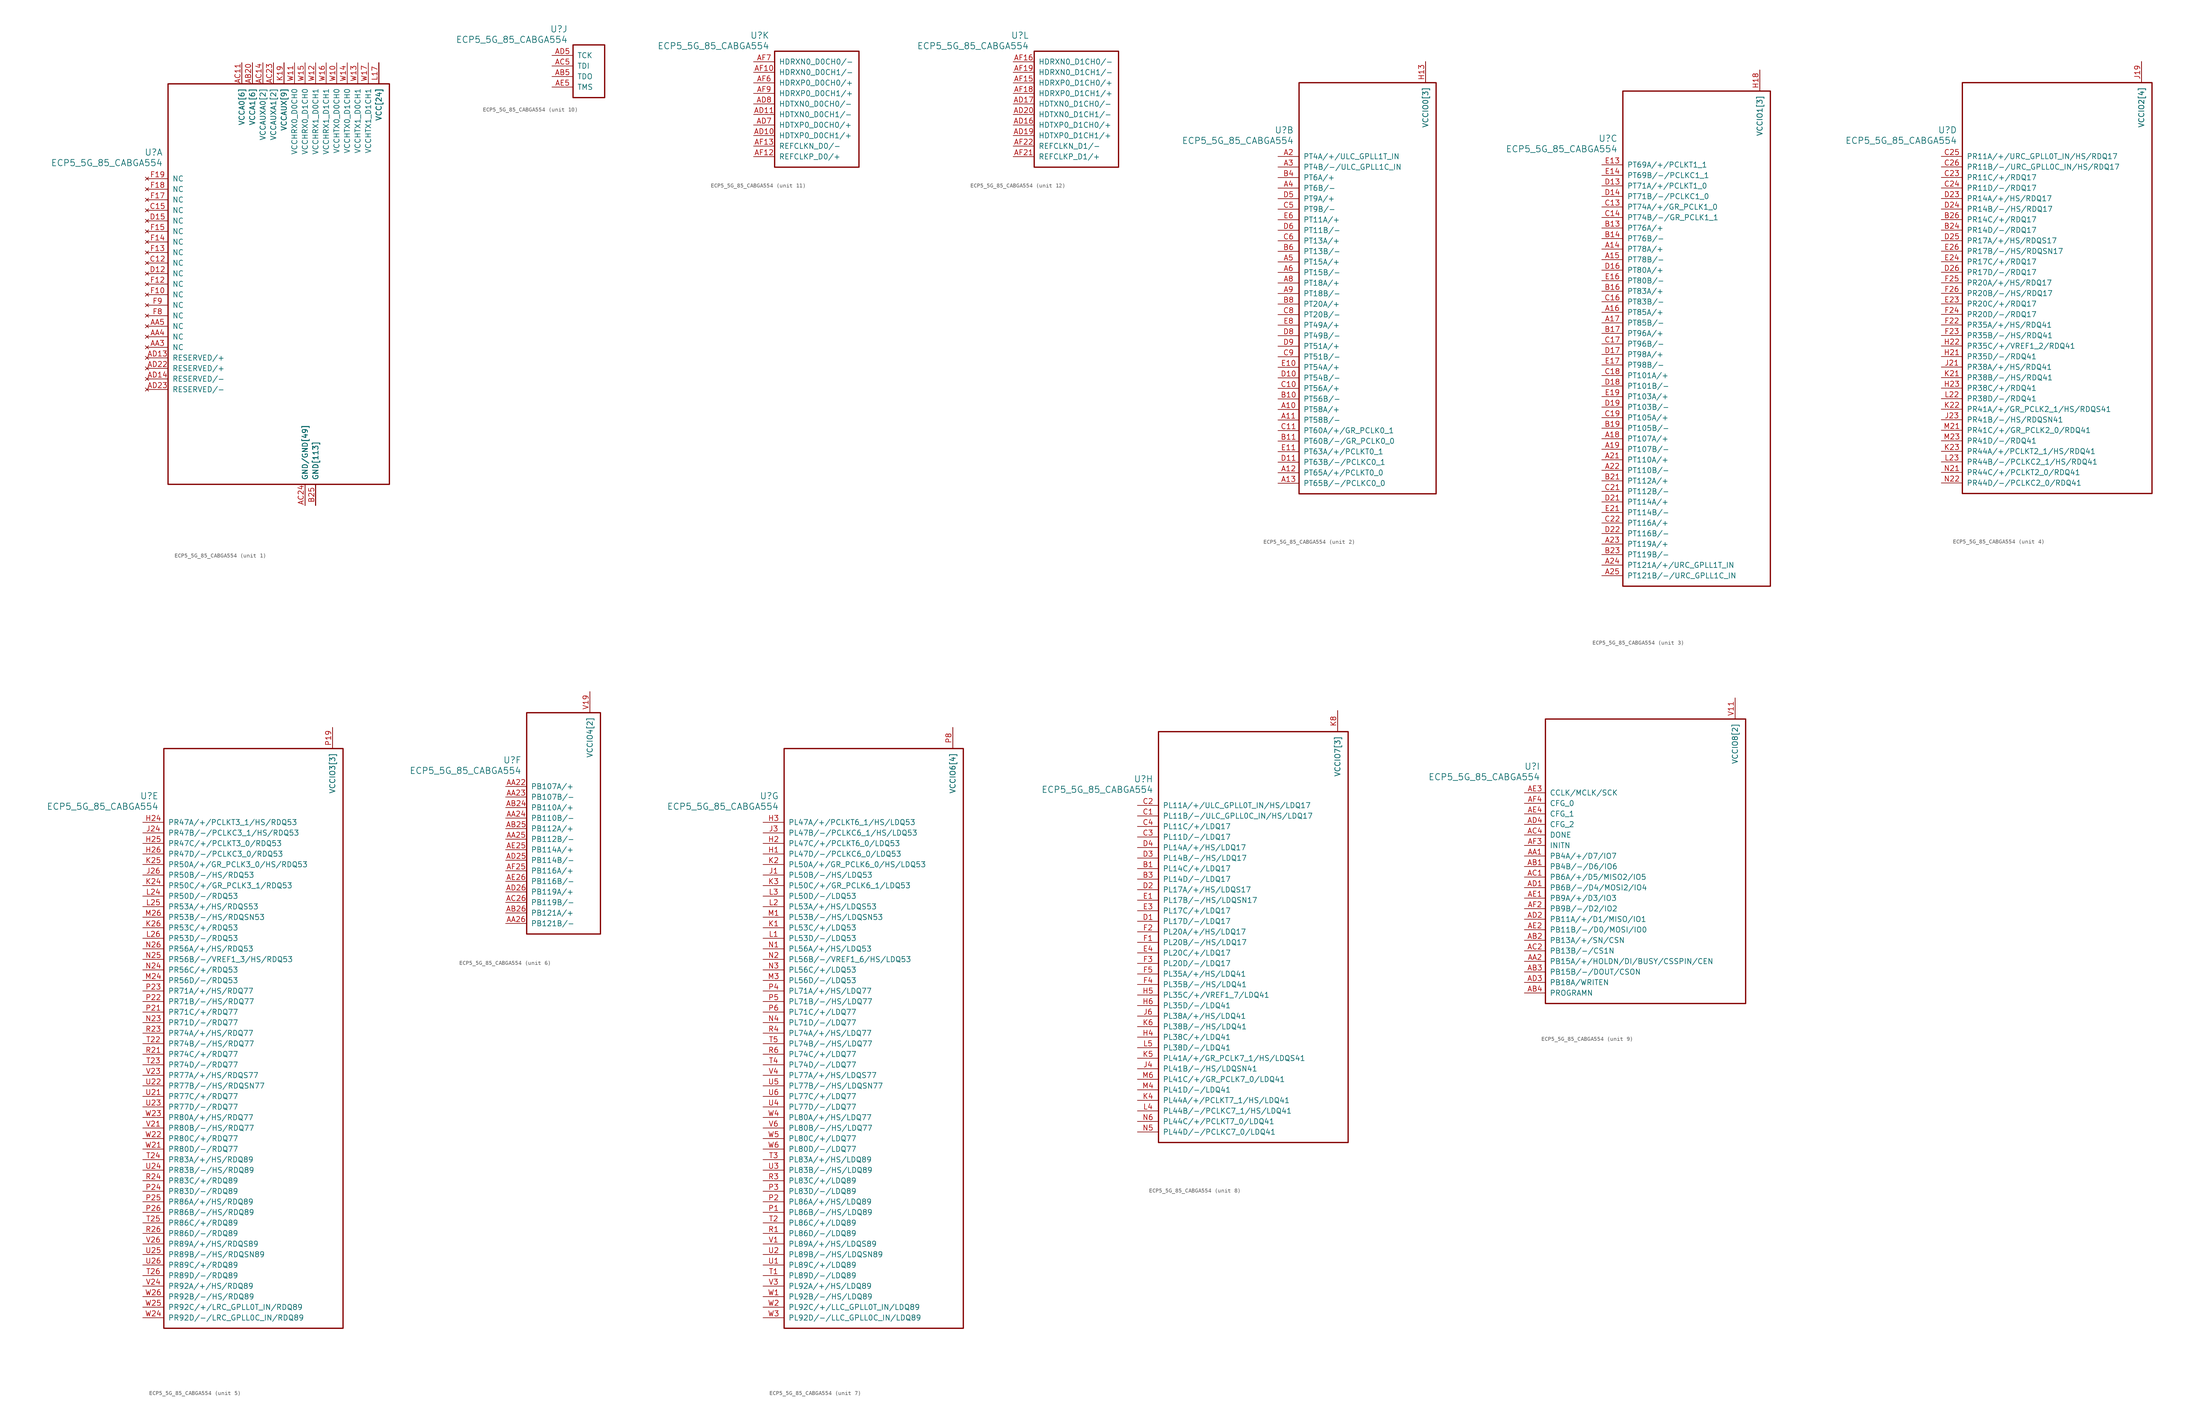
<source format=kicad_sym>
(kicad_symbol_lib
  (version 20231120)
  (generator "kicad_symbol_editor")
  (generator_version "8.0")
  (symbol "ECP5_5G_85_CABGA554"
    (pin_names
      (offset 1.016))
    (property "Reference" "U"
      (at 3.81 6.35 0)
      (effects (font (size 1.524 1.524)) (justify right)))
    (property "Value" "ECP5_5G_85_CABGA554"
      (at 3.81 3.81 0)
      (effects (font (size 1.524 1.524)) (justify right)))
    (property "ki_locked" ""
      (at 0 0 0)
      (effects (font (size 1.27 1.27))))
    (symbol "ECP5_5G_85_CABGA554_1_1"
      (rectangle (start 5.08 22.86) (end 58.42 -73.66) (stroke (width 0.305) (type default)) (fill (type none)))
      (pin power_in line (at 38.1 -78.74 90) (length 5.08) (name "GND/GND[49]" (effects (font (size 1.27 1.27)))) (number "AA10" (effects (font (size 0 0)))))
      (pin power_in line (at 38.1 -78.74 90) (length 5.08) (name "GND/GND[49]" (effects (font (size 1.27 1.27)))) (number "AA12" (effects (font (size 0 0)))))
      (pin power_in line (at 38.1 -78.74 90) (length 5.08) (name "GND/GND[49]" (effects (font (size 1.27 1.27)))) (number "AA13" (effects (font (size 0 0)))))
      (pin power_in line (at 38.1 -78.74 90) (length 5.08) (name "GND/GND[49]" (effects (font (size 1.27 1.27)))) (number "AA14" (effects (font (size 0 0)))))
      (pin power_in line (at 38.1 -78.74 90) (length 5.08) (name "GND/GND[49]" (effects (font (size 1.27 1.27)))) (number "AA15" (effects (font (size 0 0)))))
      (pin power_in line (at 38.1 -78.74 90) (length 5.08) (name "GND/GND[49]" (effects (font (size 1.27 1.27)))) (number "AA17" (effects (font (size 0 0)))))
      (pin power_in line (at 38.1 -78.74 90) (length 5.08) (name "GND/GND[49]" (effects (font (size 1.27 1.27)))) (number "AA18" (effects (font (size 0 0)))))
      (pin power_in line (at 38.1 -78.74 90) (length 5.08) (name "GND/GND[49]" (effects (font (size 1.27 1.27)))) (number "AA20" (effects (font (size 0 0)))))
      (pin no_connect line (at 0 -40.64 0) (length 5.08) (name "NC" (effects (font (size 1.27 1.27)))) (number "AA3" (effects (font (size 1.27 1.27)))))
      (pin no_connect line (at 0 -38.1 0) (length 5.08) (name "NC" (effects (font (size 1.27 1.27)))) (number "AA4" (effects (font (size 1.27 1.27)))))
      (pin no_connect line (at 0 -35.56 0) (length 5.08) (name "NC" (effects (font (size 1.27 1.27)))) (number "AA5" (effects (font (size 1.27 1.27)))))
      (pin power_in line (at 38.1 -78.74 90) (length 5.08) (name "GND/GND[49]" (effects (font (size 1.27 1.27)))) (number "AA7" (effects (font (size 0 0)))))
      (pin power_in line (at 38.1 -78.74 90) (length 5.08) (name "GND/GND[49]" (effects (font (size 1.27 1.27)))) (number "AA9" (effects (font (size 0 0)))))
      (pin power_in line (at 22.86 27.94 270) (length 5.08) (name "VCCA0[6]" (effects (font (size 1.27 1.27)))) (number "AB10" (effects (font (size 0 0)))))
      (pin power_in line (at 38.1 -78.74 90) (length 5.08) (name "GND/GND[49]" (effects (font (size 1.27 1.27)))) (number "AB12" (effects (font (size 0 0)))))
      (pin power_in line (at 38.1 -78.74 90) (length 5.08) (name "GND/GND[49]" (effects (font (size 1.27 1.27)))) (number "AB13" (effects (font (size 0 0)))))
      (pin power_in line (at 38.1 -78.74 90) (length 5.08) (name "GND/GND[49]" (effects (font (size 1.27 1.27)))) (number "AB14" (effects (font (size 0 0)))))
      (pin power_in line (at 38.1 -78.74 90) (length 5.08) (name "GND/GND[49]" (effects (font (size 1.27 1.27)))) (number "AB15" (effects (font (size 0 0)))))
      (pin power_in line (at 25.4 27.94 270) (length 5.08) (name "VCCA1[6]" (effects (font (size 1.27 1.27)))) (number "AB17" (effects (font (size 0 0)))))
      (pin power_in line (at 38.1 -78.74 90) (length 5.08) (name "GND/GND[49]" (effects (font (size 1.27 1.27)))) (number "AB18" (effects (font (size 0 0)))))
      (pin power_in line (at 25.4 27.94 270) (length 5.08) (name "VCCA1[6]" (effects (font (size 1.27 1.27)))) (number "AB20" (effects (font (size 1.27 1.27)))))
      (pin power_in line (at 38.1 -78.74 90) (length 5.08) (name "GND/GND[49]" (effects (font (size 1.27 1.27)))) (number "AB21" (effects (font (size 0 0)))))
      (pin power_in line (at 38.1 -78.74 90) (length 5.08) (name "GND/GND[49]" (effects (font (size 1.27 1.27)))) (number "AB22" (effects (font (size 0 0)))))
      (pin power_in line (at 38.1 -78.74 90) (length 5.08) (name "GND/GND[49]" (effects (font (size 1.27 1.27)))) (number "AB23" (effects (font (size 0 0)))))
      (pin power_in line (at 38.1 -78.74 90) (length 5.08) (name "GND/GND[49]" (effects (font (size 1.27 1.27)))) (number "AB6" (effects (font (size 0 0)))))
      (pin power_in line (at 22.86 27.94 270) (length 5.08) (name "VCCA0[6]" (effects (font (size 1.27 1.27)))) (number "AB7" (effects (font (size 0 0)))))
      (pin power_in line (at 38.1 -78.74 90) (length 5.08) (name "GND/GND[49]" (effects (font (size 1.27 1.27)))) (number "AB9" (effects (font (size 0 0)))))
      (pin power_in line (at 22.86 27.94 270) (length 5.08) (name "VCCA0[6]" (effects (font (size 1.27 1.27)))) (number "AC10" (effects (font (size 0 0)))))
      (pin power_in line (at 22.86 27.94 270) (length 5.08) (name "VCCA0[6]" (effects (font (size 1.27 1.27)))) (number "AC11" (effects (font (size 1.27 1.27)))))
      (pin power_in line (at 38.1 -78.74 90) (length 5.08) (name "GND/GND[49]" (effects (font (size 1.27 1.27)))) (number "AC12" (effects (font (size 0 0)))))
      (pin power_in line (at 27.94 27.94 270) (length 5.08) (name "VCCAUXA0[2]" (effects (font (size 1.27 1.27)))) (number "AC13" (effects (font (size 0 0)))))
      (pin power_in line (at 27.94 27.94 270) (length 5.08) (name "VCCAUXA0[2]" (effects (font (size 1.27 1.27)))) (number "AC14" (effects (font (size 1.27 1.27)))))
      (pin power_in line (at 38.1 -78.74 90) (length 5.08) (name "GND/GND[49]" (effects (font (size 1.27 1.27)))) (number "AC15" (effects (font (size 0 0)))))
      (pin power_in line (at 25.4 27.94 270) (length 5.08) (name "VCCA1[6]" (effects (font (size 1.27 1.27)))) (number "AC16" (effects (font (size 0 0)))))
      (pin power_in line (at 25.4 27.94 270) (length 5.08) (name "VCCA1[6]" (effects (font (size 1.27 1.27)))) (number "AC17" (effects (font (size 0 0)))))
      (pin power_in line (at 38.1 -78.74 90) (length 5.08) (name "GND/GND[49]" (effects (font (size 1.27 1.27)))) (number "AC18" (effects (font (size 0 0)))))
      (pin power_in line (at 25.4 27.94 270) (length 5.08) (name "VCCA1[6]" (effects (font (size 1.27 1.27)))) (number "AC19" (effects (font (size 0 0)))))
      (pin power_in line (at 25.4 27.94 270) (length 5.08) (name "VCCA1[6]" (effects (font (size 1.27 1.27)))) (number "AC20" (effects (font (size 0 0)))))
      (pin power_in line (at 38.1 -78.74 90) (length 5.08) (name "GND/GND[49]" (effects (font (size 1.27 1.27)))) (number "AC21" (effects (font (size 0 0)))))
      (pin power_in line (at 30.48 27.94 270) (length 5.08) (name "VCCAUXA1[2]" (effects (font (size 1.27 1.27)))) (number "AC22" (effects (font (size 0 0)))))
      (pin power_in line (at 30.48 27.94 270) (length 5.08) (name "VCCAUXA1[2]" (effects (font (size 1.27 1.27)))) (number "AC23" (effects (font (size 1.27 1.27)))))
      (pin power_in line (at 38.1 -78.74 90) (length 5.08) (name "GND/GND[49]" (effects (font (size 1.27 1.27)))) (number "AC24" (effects (font (size 1.27 1.27)))))
      (pin power_in line (at 40.64 -78.74 90) (length 5.08) (name "GND[113]" (effects (font (size 1.27 1.27)))) (number "AC25" (effects (font (size 0 0)))))
      (pin power_in line (at 40.64 -78.74 90) (length 5.08) (name "GND[113]" (effects (font (size 1.27 1.27)))) (number "AC3" (effects (font (size 0 0)))))
      (pin power_in line (at 38.1 -78.74 90) (length 5.08) (name "GND/GND[49]" (effects (font (size 1.27 1.27)))) (number "AC6" (effects (font (size 0 0)))))
      (pin power_in line (at 22.86 27.94 270) (length 5.08) (name "VCCA0[6]" (effects (font (size 1.27 1.27)))) (number "AC7" (effects (font (size 0 0)))))
      (pin power_in line (at 22.86 27.94 270) (length 5.08) (name "VCCA0[6]" (effects (font (size 1.27 1.27)))) (number "AC8" (effects (font (size 0 0)))))
      (pin power_in line (at 38.1 -78.74 90) (length 5.08) (name "GND/GND[49]" (effects (font (size 1.27 1.27)))) (number "AC9" (effects (font (size 0 0)))))
      (pin power_in line (at 38.1 -78.74 90) (length 5.08) (name "GND/GND[49]" (effects (font (size 1.27 1.27)))) (number "AD12" (effects (font (size 0 0)))))
      (pin no_connect line (at 0 -43.18 0) (length 5.08) (name "RESERVED/+" (effects (font (size 1.27 1.27)))) (number "AD13" (effects (font (size 1.27 1.27)))))
      (pin no_connect line (at 0 -48.26 0) (length 5.08) (name "RESERVED/-" (effects (font (size 1.27 1.27)))) (number "AD14" (effects (font (size 1.27 1.27)))))
      (pin power_in line (at 38.1 -78.74 90) (length 5.08) (name "GND/GND[49]" (effects (font (size 1.27 1.27)))) (number "AD15" (effects (font (size 0 0)))))
      (pin power_in line (at 38.1 -78.74 90) (length 5.08) (name "GND/GND[49]" (effects (font (size 1.27 1.27)))) (number "AD18" (effects (font (size 0 0)))))
      (pin power_in line (at 38.1 -78.74 90) (length 5.08) (name "GND/GND[49]" (effects (font (size 1.27 1.27)))) (number "AD21" (effects (font (size 0 0)))))
      (pin no_connect line (at 0 -45.72 0) (length 5.08) (name "RESERVED/+" (effects (font (size 1.27 1.27)))) (number "AD22" (effects (font (size 1.27 1.27)))))
      (pin no_connect line (at 0 -50.8 0) (length 5.08) (name "RESERVED/-" (effects (font (size 1.27 1.27)))) (number "AD23" (effects (font (size 1.27 1.27)))))
      (pin power_in line (at 38.1 -78.74 90) (length 5.08) (name "GND/GND[49]" (effects (font (size 1.27 1.27)))) (number "AD24" (effects (font (size 0 0)))))
      (pin power_in line (at 38.1 -78.74 90) (length 5.08) (name "GND/GND[49]" (effects (font (size 1.27 1.27)))) (number "AD6" (effects (font (size 0 0)))))
      (pin power_in line (at 38.1 -78.74 90) (length 5.08) (name "GND/GND[49]" (effects (font (size 1.27 1.27)))) (number "AD9" (effects (font (size 0 0)))))
      (pin power_in line (at 38.1 -78.74 90) (length 5.08) (name "GND/GND[49]" (effects (font (size 1.27 1.27)))) (number "AE10" (effects (font (size 0 0)))))
      (pin power_in line (at 38.1 -78.74 90) (length 5.08) (name "GND/GND[49]" (effects (font (size 1.27 1.27)))) (number "AE12" (effects (font (size 0 0)))))
      (pin power_in line (at 38.1 -78.74 90) (length 5.08) (name "GND/GND[49]" (effects (font (size 1.27 1.27)))) (number "AE13" (effects (font (size 0 0)))))
      (pin power_in line (at 38.1 -78.74 90) (length 5.08) (name "GND/GND[49]" (effects (font (size 1.27 1.27)))) (number "AE15" (effects (font (size 0 0)))))
      (pin power_in line (at 38.1 -78.74 90) (length 5.08) (name "GND/GND[49]" (effects (font (size 1.27 1.27)))) (number "AE16" (effects (font (size 0 0)))))
      (pin power_in line (at 38.1 -78.74 90) (length 5.08) (name "GND/GND[49]" (effects (font (size 1.27 1.27)))) (number "AE18" (effects (font (size 0 0)))))
      (pin power_in line (at 38.1 -78.74 90) (length 5.08) (name "GND/GND[49]" (effects (font (size 1.27 1.27)))) (number "AE19" (effects (font (size 0 0)))))
      (pin power_in line (at 38.1 -78.74 90) (length 5.08) (name "GND/GND[49]" (effects (font (size 1.27 1.27)))) (number "AE21" (effects (font (size 0 0)))))
      (pin power_in line (at 38.1 -78.74 90) (length 5.08) (name "GND/GND[49]" (effects (font (size 1.27 1.27)))) (number "AE22" (effects (font (size 0 0)))))
      (pin power_in line (at 38.1 -78.74 90) (length 5.08) (name "GND/GND[49]" (effects (font (size 1.27 1.27)))) (number "AE24" (effects (font (size 0 0)))))
      (pin power_in line (at 38.1 -78.74 90) (length 5.08) (name "GND/GND[49]" (effects (font (size 1.27 1.27)))) (number "AE6" (effects (font (size 0 0)))))
      (pin power_in line (at 38.1 -78.74 90) (length 5.08) (name "GND/GND[49]" (effects (font (size 1.27 1.27)))) (number "AE7" (effects (font (size 0 0)))))
      (pin power_in line (at 38.1 -78.74 90) (length 5.08) (name "GND/GND[49]" (effects (font (size 1.27 1.27)))) (number "AE9" (effects (font (size 0 0)))))
      (pin power_in line (at 38.1 -78.74 90) (length 5.08) (name "GND/GND[49]" (effects (font (size 1.27 1.27)))) (number "AF24" (effects (font (size 0 0)))))
      (pin power_in line (at 38.1 -78.74 90) (length 5.08) (name "GND/GND[49]" (effects (font (size 1.27 1.27)))) (number "AF5" (effects (font (size 0 0)))))
      (pin power_in line (at 40.64 -78.74 90) (length 5.08) (name "GND[113]" (effects (font (size 1.27 1.27)))) (number "B12" (effects (font (size 0 0)))))
      (pin power_in line (at 40.64 -78.74 90) (length 5.08) (name "GND[113]" (effects (font (size 1.27 1.27)))) (number "B15" (effects (font (size 0 0)))))
      (pin power_in line (at 40.64 -78.74 90) (length 5.08) (name "GND[113]" (effects (font (size 1.27 1.27)))) (number "B18" (effects (font (size 0 0)))))
      (pin power_in line (at 40.64 -78.74 90) (length 5.08) (name "GND[113]" (effects (font (size 1.27 1.27)))) (number "B2" (effects (font (size 0 0)))))
      (pin power_in line (at 40.64 -78.74 90) (length 5.08) (name "GND[113]" (effects (font (size 1.27 1.27)))) (number "B22" (effects (font (size 0 0)))))
      (pin power_in line (at 40.64 -78.74 90) (length 5.08) (name "GND[113]" (effects (font (size 1.27 1.27)))) (number "B25" (effects (font (size 1.27 1.27)))))
      (pin power_in line (at 40.64 -78.74 90) (length 5.08) (name "GND[113]" (effects (font (size 1.27 1.27)))) (number "B5" (effects (font (size 0 0)))))
      (pin power_in line (at 40.64 -78.74 90) (length 5.08) (name "GND[113]" (effects (font (size 1.27 1.27)))) (number "B9" (effects (font (size 0 0)))))
      (pin no_connect line (at 0 -20.32 0) (length 5.08) (name "NC" (effects (font (size 1.27 1.27)))) (number "C12" (effects (font (size 1.27 1.27)))))
      (pin no_connect line (at 0 -7.62 0) (length 5.08) (name "NC" (effects (font (size 1.27 1.27)))) (number "C15" (effects (font (size 1.27 1.27)))))
      (pin no_connect line (at 0 -22.86 0) (length 5.08) (name "NC" (effects (font (size 1.27 1.27)))) (number "D12" (effects (font (size 1.27 1.27)))))
      (pin no_connect line (at 0 -10.16 0) (length 5.08) (name "NC" (effects (font (size 1.27 1.27)))) (number "D15" (effects (font (size 1.27 1.27)))))
      (pin power_in line (at 40.64 -78.74 90) (length 5.08) (name "GND[113]" (effects (font (size 1.27 1.27)))) (number "E12" (effects (font (size 0 0)))))
      (pin power_in line (at 40.64 -78.74 90) (length 5.08) (name "GND[113]" (effects (font (size 1.27 1.27)))) (number "E15" (effects (font (size 0 0)))))
      (pin power_in line (at 40.64 -78.74 90) (length 5.08) (name "GND[113]" (effects (font (size 1.27 1.27)))) (number "E18" (effects (font (size 0 0)))))
      (pin power_in line (at 40.64 -78.74 90) (length 5.08) (name "GND[113]" (effects (font (size 1.27 1.27)))) (number "E2" (effects (font (size 0 0)))))
      (pin power_in line (at 40.64 -78.74 90) (length 5.08) (name "GND[113]" (effects (font (size 1.27 1.27)))) (number "E22" (effects (font (size 0 0)))))
      (pin power_in line (at 40.64 -78.74 90) (length 5.08) (name "GND[113]" (effects (font (size 1.27 1.27)))) (number "E25" (effects (font (size 0 0)))))
      (pin power_in line (at 40.64 -78.74 90) (length 5.08) (name "GND[113]" (effects (font (size 1.27 1.27)))) (number "E5" (effects (font (size 0 0)))))
      (pin power_in line (at 40.64 -78.74 90) (length 5.08) (name "GND[113]" (effects (font (size 1.27 1.27)))) (number "E9" (effects (font (size 0 0)))))
      (pin no_connect line (at 0 -27.94 0) (length 5.08) (name "NC" (effects (font (size 1.27 1.27)))) (number "F10" (effects (font (size 1.27 1.27)))))
      (pin no_connect line (at 0 -25.4 0) (length 5.08) (name "NC" (effects (font (size 1.27 1.27)))) (number "F12" (effects (font (size 1.27 1.27)))))
      (pin no_connect line (at 0 -17.78 0) (length 5.08) (name "NC" (effects (font (size 1.27 1.27)))) (number "F13" (effects (font (size 1.27 1.27)))))
      (pin no_connect line (at 0 -15.24 0) (length 5.08) (name "NC" (effects (font (size 1.27 1.27)))) (number "F14" (effects (font (size 1.27 1.27)))))
      (pin no_connect line (at 0 -12.7 0) (length 5.08) (name "NC" (effects (font (size 1.27 1.27)))) (number "F15" (effects (font (size 1.27 1.27)))))
      (pin no_connect line (at 0 -5.08 0) (length 5.08) (name "NC" (effects (font (size 1.27 1.27)))) (number "F17" (effects (font (size 1.27 1.27)))))
      (pin no_connect line (at 0 -2.54 0) (length 5.08) (name "NC" (effects (font (size 1.27 1.27)))) (number "F18" (effects (font (size 1.27 1.27)))))
      (pin no_connect line (at 0 0 0) (length 5.08) (name "NC" (effects (font (size 1.27 1.27)))) (number "F19" (effects (font (size 1.27 1.27)))))
      (pin no_connect line (at 0 -33.02 0) (length 5.08) (name "NC" (effects (font (size 1.27 1.27)))) (number "F8" (effects (font (size 1.27 1.27)))))
      (pin no_connect line (at 0 -30.48 0) (length 5.08) (name "NC" (effects (font (size 1.27 1.27)))) (number "F9" (effects (font (size 1.27 1.27)))))
      (pin power_in line (at 33.02 27.94 270) (length 5.08) (name "VCCAUX[9]" (effects (font (size 1.27 1.27)))) (number "H11" (effects (font (size 0 0)))))
      (pin power_in line (at 33.02 27.94 270) (length 5.08) (name "VCCAUX[9]" (effects (font (size 1.27 1.27)))) (number "H14" (effects (font (size 0 0)))))
      (pin power_in line (at 33.02 27.94 270) (length 5.08) (name "VCCAUX[9]" (effects (font (size 1.27 1.27)))) (number "H17" (effects (font (size 0 0)))))
      (pin power_in line (at 40.64 -78.74 90) (length 5.08) (name "GND[113]" (effects (font (size 1.27 1.27)))) (number "H19" (effects (font (size 0 0)))))
      (pin power_in line (at 40.64 -78.74 90) (length 5.08) (name "GND[113]" (effects (font (size 1.27 1.27)))) (number "H8" (effects (font (size 0 0)))))
      (pin power_in line (at 40.64 -78.74 90) (length 5.08) (name "GND[113]" (effects (font (size 1.27 1.27)))) (number "H9" (effects (font (size 0 0)))))
      (pin power_in line (at 40.64 -78.74 90) (length 5.08) (name "GND[113]" (effects (font (size 1.27 1.27)))) (number "J10" (effects (font (size 0 0)))))
      (pin power_in line (at 40.64 -78.74 90) (length 5.08) (name "GND[113]" (effects (font (size 1.27 1.27)))) (number "J11" (effects (font (size 0 0)))))
      (pin power_in line (at 40.64 -78.74 90) (length 5.08) (name "GND[113]" (effects (font (size 1.27 1.27)))) (number "J12" (effects (font (size 0 0)))))
      (pin power_in line (at 40.64 -78.74 90) (length 5.08) (name "GND[113]" (effects (font (size 1.27 1.27)))) (number "J13" (effects (font (size 0 0)))))
      (pin power_in line (at 40.64 -78.74 90) (length 5.08) (name "GND[113]" (effects (font (size 1.27 1.27)))) (number "J14" (effects (font (size 0 0)))))
      (pin power_in line (at 40.64 -78.74 90) (length 5.08) (name "GND[113]" (effects (font (size 1.27 1.27)))) (number "J15" (effects (font (size 0 0)))))
      (pin power_in line (at 40.64 -78.74 90) (length 5.08) (name "GND[113]" (effects (font (size 1.27 1.27)))) (number "J16" (effects (font (size 0 0)))))
      (pin power_in line (at 40.64 -78.74 90) (length 5.08) (name "GND[113]" (effects (font (size 1.27 1.27)))) (number "J17" (effects (font (size 0 0)))))
      (pin power_in line (at 40.64 -78.74 90) (length 5.08) (name "GND[113]" (effects (font (size 1.27 1.27)))) (number "J18" (effects (font (size 0 0)))))
      (pin power_in line (at 40.64 -78.74 90) (length 5.08) (name "GND[113]" (effects (font (size 1.27 1.27)))) (number "J2" (effects (font (size 0 0)))))
      (pin power_in line (at 40.64 -78.74 90) (length 5.08) (name "GND[113]" (effects (font (size 1.27 1.27)))) (number "J22" (effects (font (size 0 0)))))
      (pin power_in line (at 40.64 -78.74 90) (length 5.08) (name "GND[113]" (effects (font (size 1.27 1.27)))) (number "J25" (effects (font (size 0 0)))))
      (pin power_in line (at 40.64 -78.74 90) (length 5.08) (name "GND[113]" (effects (font (size 1.27 1.27)))) (number "J5" (effects (font (size 0 0)))))
      (pin power_in line (at 40.64 -78.74 90) (length 5.08) (name "GND[113]" (effects (font (size 1.27 1.27)))) (number "J8" (effects (font (size 0 0)))))
      (pin power_in line (at 40.64 -78.74 90) (length 5.08) (name "GND[113]" (effects (font (size 1.27 1.27)))) (number "J9" (effects (font (size 0 0)))))
      (pin power_in line (at 40.64 -78.74 90) (length 5.08) (name "GND[113]" (effects (font (size 1.27 1.27)))) (number "K10" (effects (font (size 0 0)))))
      (pin power_in line (at 55.88 27.94 270) (length 5.08) (name "VCC[24]" (effects (font (size 1.27 1.27)))) (number "K11" (effects (font (size 0 0)))))
      (pin power_in line (at 55.88 27.94 270) (length 5.08) (name "VCC[24]" (effects (font (size 1.27 1.27)))) (number "K12" (effects (font (size 0 0)))))
      (pin power_in line (at 55.88 27.94 270) (length 5.08) (name "VCC[24]" (effects (font (size 1.27 1.27)))) (number "K13" (effects (font (size 0 0)))))
      (pin power_in line (at 55.88 27.94 270) (length 5.08) (name "VCC[24]" (effects (font (size 1.27 1.27)))) (number "K14" (effects (font (size 0 0)))))
      (pin power_in line (at 55.88 27.94 270) (length 5.08) (name "VCC[24]" (effects (font (size 1.27 1.27)))) (number "K15" (effects (font (size 0 0)))))
      (pin power_in line (at 55.88 27.94 270) (length 5.08) (name "VCC[24]" (effects (font (size 1.27 1.27)))) (number "K16" (effects (font (size 0 0)))))
      (pin power_in line (at 40.64 -78.74 90) (length 5.08) (name "GND[113]" (effects (font (size 1.27 1.27)))) (number "K17" (effects (font (size 0 0)))))
      (pin power_in line (at 40.64 -78.74 90) (length 5.08) (name "GND[113]" (effects (font (size 1.27 1.27)))) (number "K18" (effects (font (size 0 0)))))
      (pin power_in line (at 33.02 27.94 270) (length 5.08) (name "VCCAUX[9]" (effects (font (size 1.27 1.27)))) (number "K19" (effects (font (size 1.27 1.27)))))
      (pin power_in line (at 40.64 -78.74 90) (length 5.08) (name "GND[113]" (effects (font (size 1.27 1.27)))) (number "K9" (effects (font (size 0 0)))))
      (pin power_in line (at 55.88 27.94 270) (length 5.08) (name "VCC[24]" (effects (font (size 1.27 1.27)))) (number "L10" (effects (font (size 0 0)))))
      (pin power_in line (at 40.64 -78.74 90) (length 5.08) (name "GND[113]" (effects (font (size 1.27 1.27)))) (number "L11" (effects (font (size 0 0)))))
      (pin power_in line (at 40.64 -78.74 90) (length 5.08) (name "GND[113]" (effects (font (size 1.27 1.27)))) (number "L12" (effects (font (size 0 0)))))
      (pin power_in line (at 40.64 -78.74 90) (length 5.08) (name "GND[113]" (effects (font (size 1.27 1.27)))) (number "L13" (effects (font (size 0 0)))))
      (pin power_in line (at 40.64 -78.74 90) (length 5.08) (name "GND[113]" (effects (font (size 1.27 1.27)))) (number "L14" (effects (font (size 0 0)))))
      (pin power_in line (at 40.64 -78.74 90) (length 5.08) (name "GND[113]" (effects (font (size 1.27 1.27)))) (number "L15" (effects (font (size 0 0)))))
      (pin power_in line (at 40.64 -78.74 90) (length 5.08) (name "GND[113]" (effects (font (size 1.27 1.27)))) (number "L16" (effects (font (size 0 0)))))
      (pin power_in line (at 55.88 27.94 270) (length 5.08) (name "VCC[24]" (effects (font (size 1.27 1.27)))) (number "L17" (effects (font (size 1.27 1.27)))))
      (pin power_in line (at 40.64 -78.74 90) (length 5.08) (name "GND[113]" (effects (font (size 1.27 1.27)))) (number "L18" (effects (font (size 0 0)))))
      (pin power_in line (at 33.02 27.94 270) (length 5.08) (name "VCCAUX[9]" (effects (font (size 1.27 1.27)))) (number "L8" (effects (font (size 0 0)))))
      (pin power_in line (at 40.64 -78.74 90) (length 5.08) (name "GND[113]" (effects (font (size 1.27 1.27)))) (number "L9" (effects (font (size 0 0)))))
      (pin power_in line (at 55.88 27.94 270) (length 5.08) (name "VCC[24]" (effects (font (size 1.27 1.27)))) (number "M10" (effects (font (size 0 0)))))
      (pin power_in line (at 40.64 -78.74 90) (length 5.08) (name "GND[113]" (effects (font (size 1.27 1.27)))) (number "M11" (effects (font (size 0 0)))))
      (pin power_in line (at 40.64 -78.74 90) (length 5.08) (name "GND[113]" (effects (font (size 1.27 1.27)))) (number "M12" (effects (font (size 0 0)))))
      (pin power_in line (at 40.64 -78.74 90) (length 5.08) (name "GND[113]" (effects (font (size 1.27 1.27)))) (number "M13" (effects (font (size 0 0)))))
      (pin power_in line (at 40.64 -78.74 90) (length 5.08) (name "GND[113]" (effects (font (size 1.27 1.27)))) (number "M14" (effects (font (size 0 0)))))
      (pin power_in line (at 40.64 -78.74 90) (length 5.08) (name "GND[113]" (effects (font (size 1.27 1.27)))) (number "M15" (effects (font (size 0 0)))))
      (pin power_in line (at 40.64 -78.74 90) (length 5.08) (name "GND[113]" (effects (font (size 1.27 1.27)))) (number "M16" (effects (font (size 0 0)))))
      (pin power_in line (at 55.88 27.94 270) (length 5.08) (name "VCC[24]" (effects (font (size 1.27 1.27)))) (number "M17" (effects (font (size 0 0)))))
      (pin power_in line (at 40.64 -78.74 90) (length 5.08) (name "GND[113]" (effects (font (size 1.27 1.27)))) (number "M18" (effects (font (size 0 0)))))
      (pin power_in line (at 40.64 -78.74 90) (length 5.08) (name "GND[113]" (effects (font (size 1.27 1.27)))) (number "M2" (effects (font (size 0 0)))))
      (pin power_in line (at 40.64 -78.74 90) (length 5.08) (name "GND[113]" (effects (font (size 1.27 1.27)))) (number "M22" (effects (font (size 0 0)))))
      (pin power_in line (at 40.64 -78.74 90) (length 5.08) (name "GND[113]" (effects (font (size 1.27 1.27)))) (number "M25" (effects (font (size 0 0)))))
      (pin power_in line (at 40.64 -78.74 90) (length 5.08) (name "GND[113]" (effects (font (size 1.27 1.27)))) (number "M5" (effects (font (size 0 0)))))
      (pin power_in line (at 40.64 -78.74 90) (length 5.08) (name "GND[113]" (effects (font (size 1.27 1.27)))) (number "M9" (effects (font (size 0 0)))))
      (pin power_in line (at 55.88 27.94 270) (length 5.08) (name "VCC[24]" (effects (font (size 1.27 1.27)))) (number "N10" (effects (font (size 0 0)))))
      (pin power_in line (at 40.64 -78.74 90) (length 5.08) (name "GND[113]" (effects (font (size 1.27 1.27)))) (number "N11" (effects (font (size 0 0)))))
      (pin power_in line (at 40.64 -78.74 90) (length 5.08) (name "GND[113]" (effects (font (size 1.27 1.27)))) (number "N12" (effects (font (size 0 0)))))
      (pin power_in line (at 40.64 -78.74 90) (length 5.08) (name "GND[113]" (effects (font (size 1.27 1.27)))) (number "N13" (effects (font (size 0 0)))))
      (pin power_in line (at 40.64 -78.74 90) (length 5.08) (name "GND[113]" (effects (font (size 1.27 1.27)))) (number "N14" (effects (font (size 0 0)))))
      (pin power_in line (at 40.64 -78.74 90) (length 5.08) (name "GND[113]" (effects (font (size 1.27 1.27)))) (number "N15" (effects (font (size 0 0)))))
      (pin power_in line (at 40.64 -78.74 90) (length 5.08) (name "GND[113]" (effects (font (size 1.27 1.27)))) (number "N16" (effects (font (size 0 0)))))
      (pin power_in line (at 55.88 27.94 270) (length 5.08) (name "VCC[24]" (effects (font (size 1.27 1.27)))) (number "N17" (effects (font (size 0 0)))))
      (pin power_in line (at 40.64 -78.74 90) (length 5.08) (name "GND[113]" (effects (font (size 1.27 1.27)))) (number "N18" (effects (font (size 0 0)))))
      (pin power_in line (at 40.64 -78.74 90) (length 5.08) (name "GND[113]" (effects (font (size 1.27 1.27)))) (number "N9" (effects (font (size 0 0)))))
      (pin power_in line (at 55.88 27.94 270) (length 5.08) (name "VCC[24]" (effects (font (size 1.27 1.27)))) (number "P10" (effects (font (size 0 0)))))
      (pin power_in line (at 40.64 -78.74 90) (length 5.08) (name "GND[113]" (effects (font (size 1.27 1.27)))) (number "P11" (effects (font (size 0 0)))))
      (pin power_in line (at 40.64 -78.74 90) (length 5.08) (name "GND[113]" (effects (font (size 1.27 1.27)))) (number "P12" (effects (font (size 0 0)))))
      (pin power_in line (at 40.64 -78.74 90) (length 5.08) (name "GND[113]" (effects (font (size 1.27 1.27)))) (number "P13" (effects (font (size 0 0)))))
      (pin power_in line (at 40.64 -78.74 90) (length 5.08) (name "GND[113]" (effects (font (size 1.27 1.27)))) (number "P14" (effects (font (size 0 0)))))
      (pin power_in line (at 40.64 -78.74 90) (length 5.08) (name "GND[113]" (effects (font (size 1.27 1.27)))) (number "P15" (effects (font (size 0 0)))))
      (pin power_in line (at 40.64 -78.74 90) (length 5.08) (name "GND[113]" (effects (font (size 1.27 1.27)))) (number "P16" (effects (font (size 0 0)))))
      (pin power_in line (at 55.88 27.94 270) (length 5.08) (name "VCC[24]" (effects (font (size 1.27 1.27)))) (number "P17" (effects (font (size 0 0)))))
      (pin power_in line (at 40.64 -78.74 90) (length 5.08) (name "GND[113]" (effects (font (size 1.27 1.27)))) (number "P18" (effects (font (size 0 0)))))
      (pin power_in line (at 40.64 -78.74 90) (length 5.08) (name "GND[113]" (effects (font (size 1.27 1.27)))) (number "P9" (effects (font (size 0 0)))))
      (pin power_in line (at 55.88 27.94 270) (length 5.08) (name "VCC[24]" (effects (font (size 1.27 1.27)))) (number "R10" (effects (font (size 0 0)))))
      (pin power_in line (at 40.64 -78.74 90) (length 5.08) (name "GND[113]" (effects (font (size 1.27 1.27)))) (number "R11" (effects (font (size 0 0)))))
      (pin power_in line (at 40.64 -78.74 90) (length 5.08) (name "GND[113]" (effects (font (size 1.27 1.27)))) (number "R12" (effects (font (size 0 0)))))
      (pin power_in line (at 40.64 -78.74 90) (length 5.08) (name "GND[113]" (effects (font (size 1.27 1.27)))) (number "R13" (effects (font (size 0 0)))))
      (pin power_in line (at 40.64 -78.74 90) (length 5.08) (name "GND[113]" (effects (font (size 1.27 1.27)))) (number "R14" (effects (font (size 0 0)))))
      (pin power_in line (at 40.64 -78.74 90) (length 5.08) (name "GND[113]" (effects (font (size 1.27 1.27)))) (number "R15" (effects (font (size 0 0)))))
      (pin power_in line (at 40.64 -78.74 90) (length 5.08) (name "GND[113]" (effects (font (size 1.27 1.27)))) (number "R16" (effects (font (size 0 0)))))
      (pin power_in line (at 55.88 27.94 270) (length 5.08) (name "VCC[24]" (effects (font (size 1.27 1.27)))) (number "R17" (effects (font (size 0 0)))))
      (pin power_in line (at 40.64 -78.74 90) (length 5.08) (name "GND[113]" (effects (font (size 1.27 1.27)))) (number "R18" (effects (font (size 0 0)))))
      (pin power_in line (at 40.64 -78.74 90) (length 5.08) (name "GND[113]" (effects (font (size 1.27 1.27)))) (number "R2" (effects (font (size 0 0)))))
      (pin power_in line (at 40.64 -78.74 90) (length 5.08) (name "GND[113]" (effects (font (size 1.27 1.27)))) (number "R22" (effects (font (size 0 0)))))
      (pin power_in line (at 40.64 -78.74 90) (length 5.08) (name "GND[113]" (effects (font (size 1.27 1.27)))) (number "R25" (effects (font (size 0 0)))))
      (pin power_in line (at 40.64 -78.74 90) (length 5.08) (name "GND[113]" (effects (font (size 1.27 1.27)))) (number "R5" (effects (font (size 0 0)))))
      (pin power_in line (at 40.64 -78.74 90) (length 5.08) (name "GND[113]" (effects (font (size 1.27 1.27)))) (number "R9" (effects (font (size 0 0)))))
      (pin power_in line (at 55.88 27.94 270) (length 5.08) (name "VCC[24]" (effects (font (size 1.27 1.27)))) (number "T10" (effects (font (size 0 0)))))
      (pin power_in line (at 55.88 27.94 270) (length 5.08) (name "VCC[24]" (effects (font (size 1.27 1.27)))) (number "T11" (effects (font (size 0 0)))))
      (pin power_in line (at 55.88 27.94 270) (length 5.08) (name "VCC[24]" (effects (font (size 1.27 1.27)))) (number "T12" (effects (font (size 0 0)))))
      (pin power_in line (at 55.88 27.94 270) (length 5.08) (name "VCC[24]" (effects (font (size 1.27 1.27)))) (number "T13" (effects (font (size 0 0)))))
      (pin power_in line (at 55.88 27.94 270) (length 5.08) (name "VCC[24]" (effects (font (size 1.27 1.27)))) (number "T14" (effects (font (size 0 0)))))
      (pin power_in line (at 55.88 27.94 270) (length 5.08) (name "VCC[24]" (effects (font (size 1.27 1.27)))) (number "T15" (effects (font (size 0 0)))))
      (pin power_in line (at 55.88 27.94 270) (length 5.08) (name "VCC[24]" (effects (font (size 1.27 1.27)))) (number "T16" (effects (font (size 0 0)))))
      (pin power_in line (at 55.88 27.94 270) (length 5.08) (name "VCC[24]" (effects (font (size 1.27 1.27)))) (number "T17" (effects (font (size 0 0)))))
      (pin power_in line (at 40.64 -78.74 90) (length 5.08) (name "GND[113]" (effects (font (size 1.27 1.27)))) (number "T18" (effects (font (size 0 0)))))
      (pin power_in line (at 33.02 27.94 270) (length 5.08) (name "VCCAUX[9]" (effects (font (size 1.27 1.27)))) (number "T19" (effects (font (size 0 0)))))
      (pin power_in line (at 33.02 27.94 270) (length 5.08) (name "VCCAUX[9]" (effects (font (size 1.27 1.27)))) (number "T8" (effects (font (size 0 0)))))
      (pin power_in line (at 40.64 -78.74 90) (length 5.08) (name "GND[113]" (effects (font (size 1.27 1.27)))) (number "T9" (effects (font (size 0 0)))))
      (pin power_in line (at 40.64 -78.74 90) (length 5.08) (name "GND[113]" (effects (font (size 1.27 1.27)))) (number "U10" (effects (font (size 0 0)))))
      (pin power_in line (at 40.64 -78.74 90) (length 5.08) (name "GND[113]" (effects (font (size 1.27 1.27)))) (number "U11" (effects (font (size 0 0)))))
      (pin power_in line (at 40.64 -78.74 90) (length 5.08) (name "GND[113]" (effects (font (size 1.27 1.27)))) (number "U12" (effects (font (size 0 0)))))
      (pin power_in line (at 40.64 -78.74 90) (length 5.08) (name "GND[113]" (effects (font (size 1.27 1.27)))) (number "U13" (effects (font (size 0 0)))))
      (pin power_in line (at 40.64 -78.74 90) (length 5.08) (name "GND[113]" (effects (font (size 1.27 1.27)))) (number "U14" (effects (font (size 0 0)))))
      (pin power_in line (at 40.64 -78.74 90) (length 5.08) (name "GND[113]" (effects (font (size 1.27 1.27)))) (number "U15" (effects (font (size 0 0)))))
      (pin power_in line (at 40.64 -78.74 90) (length 5.08) (name "GND[113]" (effects (font (size 1.27 1.27)))) (number "U16" (effects (font (size 0 0)))))
      (pin power_in line (at 40.64 -78.74 90) (length 5.08) (name "GND[113]" (effects (font (size 1.27 1.27)))) (number "U17" (effects (font (size 0 0)))))
      (pin power_in line (at 40.64 -78.74 90) (length 5.08) (name "GND[113]" (effects (font (size 1.27 1.27)))) (number "U18" (effects (font (size 0 0)))))
      (pin power_in line (at 40.64 -78.74 90) (length 5.08) (name "GND[113]" (effects (font (size 1.27 1.27)))) (number "U9" (effects (font (size 0 0)))))
      (pin power_in line (at 40.64 -78.74 90) (length 5.08) (name "GND[113]" (effects (font (size 1.27 1.27)))) (number "V12" (effects (font (size 0 0)))))
      (pin power_in line (at 40.64 -78.74 90) (length 5.08) (name "GND[113]" (effects (font (size 1.27 1.27)))) (number "V13" (effects (font (size 0 0)))))
      (pin power_in line (at 40.64 -78.74 90) (length 5.08) (name "GND[113]" (effects (font (size 1.27 1.27)))) (number "V14" (effects (font (size 0 0)))))
      (pin power_in line (at 40.64 -78.74 90) (length 5.08) (name "GND[113]" (effects (font (size 1.27 1.27)))) (number "V15" (effects (font (size 0 0)))))
      (pin power_in line (at 40.64 -78.74 90) (length 5.08) (name "GND[113]" (effects (font (size 1.27 1.27)))) (number "V16" (effects (font (size 0 0)))))
      (pin power_in line (at 40.64 -78.74 90) (length 5.08) (name "GND[113]" (effects (font (size 1.27 1.27)))) (number "V17" (effects (font (size 0 0)))))
      (pin power_in line (at 40.64 -78.74 90) (length 5.08) (name "GND[113]" (effects (font (size 1.27 1.27)))) (number "V2" (effects (font (size 0 0)))))
      (pin power_in line (at 40.64 -78.74 90) (length 5.08) (name "GND[113]" (effects (font (size 1.27 1.27)))) (number "V22" (effects (font (size 0 0)))))
      (pin power_in line (at 40.64 -78.74 90) (length 5.08) (name "GND[113]" (effects (font (size 1.27 1.27)))) (number "V25" (effects (font (size 0 0)))))
      (pin power_in line (at 40.64 -78.74 90) (length 5.08) (name "GND[113]" (effects (font (size 1.27 1.27)))) (number "V5" (effects (font (size 0 0)))))
      (pin power_in line (at 40.64 -78.74 90) (length 5.08) (name "GND[113]" (effects (font (size 1.27 1.27)))) (number "V9" (effects (font (size 0 0)))))
      (pin power_in line (at 45.72 27.94 270) (length 5.08) (name "VCCHTX0_D0CH0" (effects (font (size 1.27 1.27)))) (number "W10" (effects (font (size 1.27 1.27)))))
      (pin power_in line (at 35.56 27.94 270) (length 5.08) (name "VCCHRX0_D0CH0" (effects (font (size 1.27 1.27)))) (number "W11" (effects (font (size 1.27 1.27)))))
      (pin power_in line (at 40.64 27.94 270) (length 5.08) (name "VCCHRX1_D0CH1" (effects (font (size 1.27 1.27)))) (number "W12" (effects (font (size 1.27 1.27)))))
      (pin power_in line (at 50.8 27.94 270) (length 5.08) (name "VCCHTX1_D0CH1" (effects (font (size 1.27 1.27)))) (number "W13" (effects (font (size 1.27 1.27)))))
      (pin power_in line (at 48.26 27.94 270) (length 5.08) (name "VCCHTX0_D1CH0" (effects (font (size 1.27 1.27)))) (number "W14" (effects (font (size 1.27 1.27)))))
      (pin power_in line (at 38.1 27.94 270) (length 5.08) (name "VCCHRX0_D1CH0" (effects (font (size 1.27 1.27)))) (number "W15" (effects (font (size 1.27 1.27)))))
      (pin power_in line (at 43.18 27.94 270) (length 5.08) (name "VCCHRX1_D1CH1" (effects (font (size 1.27 1.27)))) (number "W16" (effects (font (size 1.27 1.27)))))
      (pin power_in line (at 53.34 27.94 270) (length 5.08) (name "VCCHTX1_D1CH1" (effects (font (size 1.27 1.27)))) (number "W17" (effects (font (size 1.27 1.27)))))
      (pin power_in line (at 40.64 -78.74 90) (length 5.08) (name "GND[113]" (effects (font (size 1.27 1.27)))) (number "W18" (effects (font (size 0 0)))))
      (pin power_in line (at 33.02 27.94 270) (length 5.08) (name "VCCAUX[9]" (effects (font (size 1.27 1.27)))) (number "W19" (effects (font (size 0 0)))))
      (pin power_in line (at 33.02 27.94 270) (length 5.08) (name "VCCAUX[9]" (effects (font (size 1.27 1.27)))) (number "W8" (effects (font (size 0 0)))))
      (pin power_in line (at 40.64 -78.74 90) (length 5.08) (name "GND[113]" (effects (font (size 1.27 1.27)))) (number "W9" (effects (font (size 0 0))))))
    (symbol "ECP5_5G_85_CABGA554_2_1"
      (rectangle (start 5.08 17.78) (end 38.1 -81.28) (stroke (width 0.305) (type default)) (fill (type none)))
      (pin bidirectional line (at 0 -60.96 0) (length 5.08) (name "PT58A/+" (effects (font (size 1.27 1.27)))) (number "A10" (effects (font (size 1.27 1.27)))))
      (pin bidirectional line (at 0 -63.5 0) (length 5.08) (name "PT58B/-" (effects (font (size 1.27 1.27)))) (number "A11" (effects (font (size 1.27 1.27)))))
      (pin bidirectional line (at 0 -76.2 0) (length 5.08) (name "PT65A/+/PCLKT0_0" (effects (font (size 1.27 1.27)))) (number "A12" (effects (font (size 1.27 1.27)))))
      (pin bidirectional line (at 0 -78.74 0) (length 5.08) (name "PT65B/-/PCLKC0_0" (effects (font (size 1.27 1.27)))) (number "A13" (effects (font (size 1.27 1.27)))))
      (pin bidirectional line (at 0 0 0) (length 5.08) (name "PT4A/+/ULC_GPLL1T_IN" (effects (font (size 1.27 1.27)))) (number "A2" (effects (font (size 1.27 1.27)))))
      (pin bidirectional line (at 0 -2.54 0) (length 5.08) (name "PT4B/-/ULC_GPLL1C_IN" (effects (font (size 1.27 1.27)))) (number "A3" (effects (font (size 1.27 1.27)))))
      (pin bidirectional line (at 0 -7.62 0) (length 5.08) (name "PT6B/-" (effects (font (size 1.27 1.27)))) (number "A4" (effects (font (size 1.27 1.27)))))
      (pin bidirectional line (at 0 -25.4 0) (length 5.08) (name "PT15A/+" (effects (font (size 1.27 1.27)))) (number "A5" (effects (font (size 1.27 1.27)))))
      (pin bidirectional line (at 0 -27.94 0) (length 5.08) (name "PT15B/-" (effects (font (size 1.27 1.27)))) (number "A6" (effects (font (size 1.27 1.27)))))
      (pin bidirectional line (at 0 -30.48 0) (length 5.08) (name "PT18A/+" (effects (font (size 1.27 1.27)))) (number "A8" (effects (font (size 1.27 1.27)))))
      (pin bidirectional line (at 0 -33.02 0) (length 5.08) (name "PT18B/-" (effects (font (size 1.27 1.27)))) (number "A9" (effects (font (size 1.27 1.27)))))
      (pin bidirectional line (at 0 -58.42 0) (length 5.08) (name "PT56B/-" (effects (font (size 1.27 1.27)))) (number "B10" (effects (font (size 1.27 1.27)))))
      (pin bidirectional line (at 0 -68.58 0) (length 5.08) (name "PT60B/-/GR_PCLK0_0" (effects (font (size 1.27 1.27)))) (number "B11" (effects (font (size 1.27 1.27)))))
      (pin bidirectional line (at 0 -5.08 0) (length 5.08) (name "PT6A/+" (effects (font (size 1.27 1.27)))) (number "B4" (effects (font (size 1.27 1.27)))))
      (pin bidirectional line (at 0 -22.86 0) (length 5.08) (name "PT13B/-" (effects (font (size 1.27 1.27)))) (number "B6" (effects (font (size 1.27 1.27)))))
      (pin bidirectional line (at 0 -35.56 0) (length 5.08) (name "PT20A/+" (effects (font (size 1.27 1.27)))) (number "B8" (effects (font (size 1.27 1.27)))))
      (pin bidirectional line (at 0 -55.88 0) (length 5.08) (name "PT56A/+" (effects (font (size 1.27 1.27)))) (number "C10" (effects (font (size 1.27 1.27)))))
      (pin bidirectional line (at 0 -66.04 0) (length 5.08) (name "PT60A/+/GR_PCLK0_1" (effects (font (size 1.27 1.27)))) (number "C11" (effects (font (size 1.27 1.27)))))
      (pin bidirectional line (at 0 -12.7 0) (length 5.08) (name "PT9B/-" (effects (font (size 1.27 1.27)))) (number "C5" (effects (font (size 1.27 1.27)))))
      (pin bidirectional line (at 0 -20.32 0) (length 5.08) (name "PT13A/+" (effects (font (size 1.27 1.27)))) (number "C6" (effects (font (size 1.27 1.27)))))
      (pin bidirectional line (at 0 -38.1 0) (length 5.08) (name "PT20B/-" (effects (font (size 1.27 1.27)))) (number "C8" (effects (font (size 1.27 1.27)))))
      (pin bidirectional line (at 0 -48.26 0) (length 5.08) (name "PT51B/-" (effects (font (size 1.27 1.27)))) (number "C9" (effects (font (size 1.27 1.27)))))
      (pin bidirectional line (at 0 -53.34 0) (length 5.08) (name "PT54B/-" (effects (font (size 1.27 1.27)))) (number "D10" (effects (font (size 1.27 1.27)))))
      (pin bidirectional line (at 0 -73.66 0) (length 5.08) (name "PT63B/-/PCLKC0_1" (effects (font (size 1.27 1.27)))) (number "D11" (effects (font (size 1.27 1.27)))))
      (pin bidirectional line (at 0 -10.16 0) (length 5.08) (name "PT9A/+" (effects (font (size 1.27 1.27)))) (number "D5" (effects (font (size 1.27 1.27)))))
      (pin bidirectional line (at 0 -17.78 0) (length 5.08) (name "PT11B/-" (effects (font (size 1.27 1.27)))) (number "D6" (effects (font (size 1.27 1.27)))))
      (pin bidirectional line (at 0 -43.18 0) (length 5.08) (name "PT49B/-" (effects (font (size 1.27 1.27)))) (number "D8" (effects (font (size 1.27 1.27)))))
      (pin bidirectional line (at 0 -45.72 0) (length 5.08) (name "PT51A/+" (effects (font (size 1.27 1.27)))) (number "D9" (effects (font (size 1.27 1.27)))))
      (pin bidirectional line (at 0 -50.8 0) (length 5.08) (name "PT54A/+" (effects (font (size 1.27 1.27)))) (number "E10" (effects (font (size 1.27 1.27)))))
      (pin bidirectional line (at 0 -71.12 0) (length 5.08) (name "PT63A/+/PCLKT0_1" (effects (font (size 1.27 1.27)))) (number "E11" (effects (font (size 1.27 1.27)))))
      (pin bidirectional line (at 0 -15.24 0) (length 5.08) (name "PT11A/+" (effects (font (size 1.27 1.27)))) (number "E6" (effects (font (size 1.27 1.27)))))
      (pin bidirectional line (at 0 -40.64 0) (length 5.08) (name "PT49A/+" (effects (font (size 1.27 1.27)))) (number "E8" (effects (font (size 1.27 1.27)))))
      (pin power_in line (at 35.56 22.86 270) (length 5.08) (name "VCCIO0[3]" (effects (font (size 1.27 1.27)))) (number "H10" (effects (font (size 0 0)))))
      (pin power_in line (at 35.56 22.86 270) (length 5.08) (name "VCCIO0[3]" (effects (font (size 1.27 1.27)))) (number "H12" (effects (font (size 0 0)))))
      (pin power_in line (at 35.56 22.86 270) (length 5.08) (name "VCCIO0[3]" (effects (font (size 1.27 1.27)))) (number "H13" (effects (font (size 1.27 1.27))))))
    (symbol "ECP5_5G_85_CABGA554_3_1"
      (rectangle (start 5.08 17.78) (end 40.64 -101.6) (stroke (width 0.305) (type default)) (fill (type none)))
      (pin bidirectional line (at 0 -20.32 0) (length 5.08) (name "PT78A/+" (effects (font (size 1.27 1.27)))) (number "A14" (effects (font (size 1.27 1.27)))))
      (pin bidirectional line (at 0 -22.86 0) (length 5.08) (name "PT78B/-" (effects (font (size 1.27 1.27)))) (number "A15" (effects (font (size 1.27 1.27)))))
      (pin bidirectional line (at 0 -35.56 0) (length 5.08) (name "PT85A/+" (effects (font (size 1.27 1.27)))) (number "A16" (effects (font (size 1.27 1.27)))))
      (pin bidirectional line (at 0 -38.1 0) (length 5.08) (name "PT85B/-" (effects (font (size 1.27 1.27)))) (number "A17" (effects (font (size 1.27 1.27)))))
      (pin bidirectional line (at 0 -66.04 0) (length 5.08) (name "PT107A/+" (effects (font (size 1.27 1.27)))) (number "A18" (effects (font (size 1.27 1.27)))))
      (pin bidirectional line (at 0 -68.58 0) (length 5.08) (name "PT107B/-" (effects (font (size 1.27 1.27)))) (number "A19" (effects (font (size 1.27 1.27)))))
      (pin bidirectional line (at 0 -71.12 0) (length 5.08) (name "PT110A/+" (effects (font (size 1.27 1.27)))) (number "A21" (effects (font (size 1.27 1.27)))))
      (pin bidirectional line (at 0 -73.66 0) (length 5.08) (name "PT110B/-" (effects (font (size 1.27 1.27)))) (number "A22" (effects (font (size 1.27 1.27)))))
      (pin bidirectional line (at 0 -91.44 0) (length 5.08) (name "PT119A/+" (effects (font (size 1.27 1.27)))) (number "A23" (effects (font (size 1.27 1.27)))))
      (pin bidirectional line (at 0 -96.52 0) (length 5.08) (name "PT121A/+/URC_GPLL1T_IN" (effects (font (size 1.27 1.27)))) (number "A24" (effects (font (size 1.27 1.27)))))
      (pin bidirectional line (at 0 -99.06 0) (length 5.08) (name "PT121B/-/URC_GPLL1C_IN" (effects (font (size 1.27 1.27)))) (number "A25" (effects (font (size 1.27 1.27)))))
      (pin bidirectional line (at 0 -15.24 0) (length 5.08) (name "PT76A/+" (effects (font (size 1.27 1.27)))) (number "B13" (effects (font (size 1.27 1.27)))))
      (pin bidirectional line (at 0 -17.78 0) (length 5.08) (name "PT76B/-" (effects (font (size 1.27 1.27)))) (number "B14" (effects (font (size 1.27 1.27)))))
      (pin bidirectional line (at 0 -30.48 0) (length 5.08) (name "PT83A/+" (effects (font (size 1.27 1.27)))) (number "B16" (effects (font (size 1.27 1.27)))))
      (pin bidirectional line (at 0 -40.64 0) (length 5.08) (name "PT96A/+" (effects (font (size 1.27 1.27)))) (number "B17" (effects (font (size 1.27 1.27)))))
      (pin bidirectional line (at 0 -63.5 0) (length 5.08) (name "PT105B/-" (effects (font (size 1.27 1.27)))) (number "B19" (effects (font (size 1.27 1.27)))))
      (pin bidirectional line (at 0 -76.2 0) (length 5.08) (name "PT112A/+" (effects (font (size 1.27 1.27)))) (number "B21" (effects (font (size 1.27 1.27)))))
      (pin bidirectional line (at 0 -93.98 0) (length 5.08) (name "PT119B/-" (effects (font (size 1.27 1.27)))) (number "B23" (effects (font (size 1.27 1.27)))))
      (pin bidirectional line (at 0 -10.16 0) (length 5.08) (name "PT74A/+/GR_PCLK1_0" (effects (font (size 1.27 1.27)))) (number "C13" (effects (font (size 1.27 1.27)))))
      (pin bidirectional line (at 0 -12.7 0) (length 5.08) (name "PT74B/-/GR_PCLK1_1" (effects (font (size 1.27 1.27)))) (number "C14" (effects (font (size 1.27 1.27)))))
      (pin bidirectional line (at 0 -33.02 0) (length 5.08) (name "PT83B/-" (effects (font (size 1.27 1.27)))) (number "C16" (effects (font (size 1.27 1.27)))))
      (pin bidirectional line (at 0 -43.18 0) (length 5.08) (name "PT96B/-" (effects (font (size 1.27 1.27)))) (number "C17" (effects (font (size 1.27 1.27)))))
      (pin bidirectional line (at 0 -50.8 0) (length 5.08) (name "PT101A/+" (effects (font (size 1.27 1.27)))) (number "C18" (effects (font (size 1.27 1.27)))))
      (pin bidirectional line (at 0 -60.96 0) (length 5.08) (name "PT105A/+" (effects (font (size 1.27 1.27)))) (number "C19" (effects (font (size 1.27 1.27)))))
      (pin bidirectional line (at 0 -78.74 0) (length 5.08) (name "PT112B/-" (effects (font (size 1.27 1.27)))) (number "C21" (effects (font (size 1.27 1.27)))))
      (pin bidirectional line (at 0 -86.36 0) (length 5.08) (name "PT116A/+" (effects (font (size 1.27 1.27)))) (number "C22" (effects (font (size 1.27 1.27)))))
      (pin bidirectional line (at 0 -5.08 0) (length 5.08) (name "PT71A/+/PCLKT1_0" (effects (font (size 1.27 1.27)))) (number "D13" (effects (font (size 1.27 1.27)))))
      (pin bidirectional line (at 0 -7.62 0) (length 5.08) (name "PT71B/-/PCLKC1_0" (effects (font (size 1.27 1.27)))) (number "D14" (effects (font (size 1.27 1.27)))))
      (pin bidirectional line (at 0 -25.4 0) (length 5.08) (name "PT80A/+" (effects (font (size 1.27 1.27)))) (number "D16" (effects (font (size 1.27 1.27)))))
      (pin bidirectional line (at 0 -45.72 0) (length 5.08) (name "PT98A/+" (effects (font (size 1.27 1.27)))) (number "D17" (effects (font (size 1.27 1.27)))))
      (pin bidirectional line (at 0 -53.34 0) (length 5.08) (name "PT101B/-" (effects (font (size 1.27 1.27)))) (number "D18" (effects (font (size 1.27 1.27)))))
      (pin bidirectional line (at 0 -58.42 0) (length 5.08) (name "PT103B/-" (effects (font (size 1.27 1.27)))) (number "D19" (effects (font (size 1.27 1.27)))))
      (pin bidirectional line (at 0 -81.28 0) (length 5.08) (name "PT114A/+" (effects (font (size 1.27 1.27)))) (number "D21" (effects (font (size 1.27 1.27)))))
      (pin bidirectional line (at 0 -88.9 0) (length 5.08) (name "PT116B/-" (effects (font (size 1.27 1.27)))) (number "D22" (effects (font (size 1.27 1.27)))))
      (pin bidirectional line (at 0 0 0) (length 5.08) (name "PT69A/+/PCLKT1_1" (effects (font (size 1.27 1.27)))) (number "E13" (effects (font (size 1.27 1.27)))))
      (pin bidirectional line (at 0 -2.54 0) (length 5.08) (name "PT69B/-/PCLKC1_1" (effects (font (size 1.27 1.27)))) (number "E14" (effects (font (size 1.27 1.27)))))
      (pin bidirectional line (at 0 -27.94 0) (length 5.08) (name "PT80B/-" (effects (font (size 1.27 1.27)))) (number "E16" (effects (font (size 1.27 1.27)))))
      (pin bidirectional line (at 0 -48.26 0) (length 5.08) (name "PT98B/-" (effects (font (size 1.27 1.27)))) (number "E17" (effects (font (size 1.27 1.27)))))
      (pin bidirectional line (at 0 -55.88 0) (length 5.08) (name "PT103A/+" (effects (font (size 1.27 1.27)))) (number "E19" (effects (font (size 1.27 1.27)))))
      (pin bidirectional line (at 0 -83.82 0) (length 5.08) (name "PT114B/-" (effects (font (size 1.27 1.27)))) (number "E21" (effects (font (size 1.27 1.27)))))
      (pin power_in line (at 38.1 22.86 270) (length 5.08) (name "VCCIO1[3]" (effects (font (size 1.27 1.27)))) (number "H15" (effects (font (size 0 0)))))
      (pin power_in line (at 38.1 22.86 270) (length 5.08) (name "VCCIO1[3]" (effects (font (size 1.27 1.27)))) (number "H16" (effects (font (size 0 0)))))
      (pin power_in line (at 38.1 22.86 270) (length 5.08) (name "VCCIO1[3]" (effects (font (size 1.27 1.27)))) (number "H18" (effects (font (size 1.27 1.27))))))
    (symbol "ECP5_5G_85_CABGA554_4_1"
      (rectangle (start 5.08 17.78) (end 50.8 -81.28) (stroke (width 0.305) (type default)) (fill (type none)))
      (pin bidirectional line (at 0 -17.78 0) (length 5.08) (name "PR14D/-/RDQ17" (effects (font (size 1.27 1.27)))) (number "B24" (effects (font (size 1.27 1.27)))))
      (pin bidirectional line (at 0 -15.24 0) (length 5.08) (name "PR14C/+/RDQ17" (effects (font (size 1.27 1.27)))) (number "B26" (effects (font (size 1.27 1.27)))))
      (pin bidirectional line (at 0 -5.08 0) (length 5.08) (name "PR11C/+/RDQ17" (effects (font (size 1.27 1.27)))) (number "C23" (effects (font (size 1.27 1.27)))))
      (pin bidirectional line (at 0 -7.62 0) (length 5.08) (name "PR11D/-/RDQ17" (effects (font (size 1.27 1.27)))) (number "C24" (effects (font (size 1.27 1.27)))))
      (pin bidirectional line (at 0 0 0) (length 5.08) (name "PR11A/+/URC_GPLL0T_IN/HS/RDQ17" (effects (font (size 1.27 1.27)))) (number "C25" (effects (font (size 1.27 1.27)))))
      (pin bidirectional line (at 0 -2.54 0) (length 5.08) (name "PR11B/-/URC_GPLL0C_IN/HS/RDQ17" (effects (font (size 1.27 1.27)))) (number "C26" (effects (font (size 1.27 1.27)))))
      (pin bidirectional line (at 0 -10.16 0) (length 5.08) (name "PR14A/+/HS/RDQ17" (effects (font (size 1.27 1.27)))) (number "D23" (effects (font (size 1.27 1.27)))))
      (pin bidirectional line (at 0 -12.7 0) (length 5.08) (name "PR14B/-/HS/RDQ17" (effects (font (size 1.27 1.27)))) (number "D24" (effects (font (size 1.27 1.27)))))
      (pin bidirectional line (at 0 -20.32 0) (length 5.08) (name "PR17A/+/HS/RDQS17" (effects (font (size 1.27 1.27)))) (number "D25" (effects (font (size 1.27 1.27)))))
      (pin bidirectional line (at 0 -27.94 0) (length 5.08) (name "PR17D/-/RDQ17" (effects (font (size 1.27 1.27)))) (number "D26" (effects (font (size 1.27 1.27)))))
      (pin bidirectional line (at 0 -35.56 0) (length 5.08) (name "PR20C/+/RDQ17" (effects (font (size 1.27 1.27)))) (number "E23" (effects (font (size 1.27 1.27)))))
      (pin bidirectional line (at 0 -25.4 0) (length 5.08) (name "PR17C/+/RDQ17" (effects (font (size 1.27 1.27)))) (number "E24" (effects (font (size 1.27 1.27)))))
      (pin bidirectional line (at 0 -22.86 0) (length 5.08) (name "PR17B/-/HS/RDQSN17" (effects (font (size 1.27 1.27)))) (number "E26" (effects (font (size 1.27 1.27)))))
      (pin bidirectional line (at 0 -40.64 0) (length 5.08) (name "PR35A/+/HS/RDQ41" (effects (font (size 1.27 1.27)))) (number "F22" (effects (font (size 1.27 1.27)))))
      (pin bidirectional line (at 0 -43.18 0) (length 5.08) (name "PR35B/-/HS/RDQ41" (effects (font (size 1.27 1.27)))) (number "F23" (effects (font (size 1.27 1.27)))))
      (pin bidirectional line (at 0 -38.1 0) (length 5.08) (name "PR20D/-/RDQ17" (effects (font (size 1.27 1.27)))) (number "F24" (effects (font (size 1.27 1.27)))))
      (pin bidirectional line (at 0 -30.48 0) (length 5.08) (name "PR20A/+/HS/RDQ17" (effects (font (size 1.27 1.27)))) (number "F25" (effects (font (size 1.27 1.27)))))
      (pin bidirectional line (at 0 -33.02 0) (length 5.08) (name "PR20B/-/HS/RDQ17" (effects (font (size 1.27 1.27)))) (number "F26" (effects (font (size 1.27 1.27)))))
      (pin bidirectional line (at 0 -48.26 0) (length 5.08) (name "PR35D/-/RDQ41" (effects (font (size 1.27 1.27)))) (number "H21" (effects (font (size 1.27 1.27)))))
      (pin bidirectional line (at 0 -45.72 0) (length 5.08) (name "PR35C/+/VREF1_2/RDQ41" (effects (font (size 1.27 1.27)))) (number "H22" (effects (font (size 1.27 1.27)))))
      (pin bidirectional line (at 0 -55.88 0) (length 5.08) (name "PR38C/+/RDQ41" (effects (font (size 1.27 1.27)))) (number "H23" (effects (font (size 1.27 1.27)))))
      (pin power_in line (at 48.26 22.86 270) (length 5.08) (name "VCCIO2[4]" (effects (font (size 1.27 1.27)))) (number "J19" (effects (font (size 1.27 1.27)))))
      (pin bidirectional line (at 0 -50.8 0) (length 5.08) (name "PR38A/+/HS/RDQ41" (effects (font (size 1.27 1.27)))) (number "J21" (effects (font (size 1.27 1.27)))))
      (pin bidirectional line (at 0 -63.5 0) (length 5.08) (name "PR41B/-/HS/RDQSN41" (effects (font (size 1.27 1.27)))) (number "J23" (effects (font (size 1.27 1.27)))))
      (pin bidirectional line (at 0 -53.34 0) (length 5.08) (name "PR38B/-/HS/RDQ41" (effects (font (size 1.27 1.27)))) (number "K21" (effects (font (size 1.27 1.27)))))
      (pin bidirectional line (at 0 -60.96 0) (length 5.08) (name "PR41A/+/GR_PCLK2_1/HS/RDQS41" (effects (font (size 1.27 1.27)))) (number "K22" (effects (font (size 1.27 1.27)))))
      (pin bidirectional line (at 0 -71.12 0) (length 5.08) (name "PR44A/+/PCLKT2_1/HS/RDQ41" (effects (font (size 1.27 1.27)))) (number "K23" (effects (font (size 1.27 1.27)))))
      (pin power_in line (at 48.26 22.86 270) (length 5.08) (name "VCCIO2[4]" (effects (font (size 1.27 1.27)))) (number "L19" (effects (font (size 0 0)))))
      (pin bidirectional line (at 0 -58.42 0) (length 5.08) (name "PR38D/-/RDQ41" (effects (font (size 1.27 1.27)))) (number "L22" (effects (font (size 1.27 1.27)))))
      (pin bidirectional line (at 0 -73.66 0) (length 5.08) (name "PR44B/-/PCLKC2_1/HS/RDQ41" (effects (font (size 1.27 1.27)))) (number "L23" (effects (font (size 1.27 1.27)))))
      (pin power_in line (at 48.26 22.86 270) (length 5.08) (name "VCCIO2[4]" (effects (font (size 1.27 1.27)))) (number "M19" (effects (font (size 0 0)))))
      (pin bidirectional line (at 0 -66.04 0) (length 5.08) (name "PR41C/+/GR_PCLK2_0/RDQ41" (effects (font (size 1.27 1.27)))) (number "M21" (effects (font (size 1.27 1.27)))))
      (pin bidirectional line (at 0 -68.58 0) (length 5.08) (name "PR41D/-/RDQ41" (effects (font (size 1.27 1.27)))) (number "M23" (effects (font (size 1.27 1.27)))))
      (pin power_in line (at 48.26 22.86 270) (length 5.08) (name "VCCIO2[4]" (effects (font (size 1.27 1.27)))) (number "N19" (effects (font (size 0 0)))))
      (pin bidirectional line (at 0 -76.2 0) (length 5.08) (name "PR44C/+/PCLKT2_0/RDQ41" (effects (font (size 1.27 1.27)))) (number "N21" (effects (font (size 1.27 1.27)))))
      (pin bidirectional line (at 0 -78.74 0) (length 5.08) (name "PR44D/-/PCLKC2_0/RDQ41" (effects (font (size 1.27 1.27)))) (number "N22" (effects (font (size 1.27 1.27))))))
    (symbol "ECP5_5G_85_CABGA554_5_1"
      (rectangle (start 5.08 17.78) (end 48.26 -121.92) (stroke (width 0.305) (type default)) (fill (type none)))
      (pin bidirectional line (at 0 0 0) (length 5.08) (name "PR47A/+/PCLKT3_1/HS/RDQ53" (effects (font (size 1.27 1.27)))) (number "H24" (effects (font (size 1.27 1.27)))))
      (pin bidirectional line (at 0 -5.08 0) (length 5.08) (name "PR47C/+/PCLKT3_0/RDQ53" (effects (font (size 1.27 1.27)))) (number "H25" (effects (font (size 1.27 1.27)))))
      (pin bidirectional line (at 0 -7.62 0) (length 5.08) (name "PR47D/-/PCLKC3_0/RDQ53" (effects (font (size 1.27 1.27)))) (number "H26" (effects (font (size 1.27 1.27)))))
      (pin bidirectional line (at 0 -2.54 0) (length 5.08) (name "PR47B/-/PCLKC3_1/HS/RDQ53" (effects (font (size 1.27 1.27)))) (number "J24" (effects (font (size 1.27 1.27)))))
      (pin bidirectional line (at 0 -12.7 0) (length 5.08) (name "PR50B/-/HS/RDQ53" (effects (font (size 1.27 1.27)))) (number "J26" (effects (font (size 1.27 1.27)))))
      (pin bidirectional line (at 0 -15.24 0) (length 5.08) (name "PR50C/+/GR_PCLK3_1/RDQ53" (effects (font (size 1.27 1.27)))) (number "K24" (effects (font (size 1.27 1.27)))))
      (pin bidirectional line (at 0 -10.16 0) (length 5.08) (name "PR50A/+/GR_PCLK3_0/HS/RDQ53" (effects (font (size 1.27 1.27)))) (number "K25" (effects (font (size 1.27 1.27)))))
      (pin bidirectional line (at 0 -25.4 0) (length 5.08) (name "PR53C/+/RDQ53" (effects (font (size 1.27 1.27)))) (number "K26" (effects (font (size 1.27 1.27)))))
      (pin bidirectional line (at 0 -17.78 0) (length 5.08) (name "PR50D/-/RDQ53" (effects (font (size 1.27 1.27)))) (number "L24" (effects (font (size 1.27 1.27)))))
      (pin bidirectional line (at 0 -20.32 0) (length 5.08) (name "PR53A/+/HS/RDQS53" (effects (font (size 1.27 1.27)))) (number "L25" (effects (font (size 1.27 1.27)))))
      (pin bidirectional line (at 0 -27.94 0) (length 5.08) (name "PR53D/-/RDQ53" (effects (font (size 1.27 1.27)))) (number "L26" (effects (font (size 1.27 1.27)))))
      (pin bidirectional line (at 0 -38.1 0) (length 5.08) (name "PR56D/-/RDQ53" (effects (font (size 1.27 1.27)))) (number "M24" (effects (font (size 1.27 1.27)))))
      (pin bidirectional line (at 0 -22.86 0) (length 5.08) (name "PR53B/-/HS/RDQSN53" (effects (font (size 1.27 1.27)))) (number "M26" (effects (font (size 1.27 1.27)))))
      (pin bidirectional line (at 0 -48.26 0) (length 5.08) (name "PR71D/-/RDQ77" (effects (font (size 1.27 1.27)))) (number "N23" (effects (font (size 1.27 1.27)))))
      (pin bidirectional line (at 0 -35.56 0) (length 5.08) (name "PR56C/+/RDQ53" (effects (font (size 1.27 1.27)))) (number "N24" (effects (font (size 1.27 1.27)))))
      (pin bidirectional line (at 0 -33.02 0) (length 5.08) (name "PR56B/-/VREF1_3/HS/RDQ53" (effects (font (size 1.27 1.27)))) (number "N25" (effects (font (size 1.27 1.27)))))
      (pin bidirectional line (at 0 -30.48 0) (length 5.08) (name "PR56A/+/HS/RDQ53" (effects (font (size 1.27 1.27)))) (number "N26" (effects (font (size 1.27 1.27)))))
      (pin power_in line (at 45.72 22.86 270) (length 5.08) (name "VCCIO3[3]" (effects (font (size 1.27 1.27)))) (number "P19" (effects (font (size 1.27 1.27)))))
      (pin bidirectional line (at 0 -45.72 0) (length 5.08) (name "PR71C/+/RDQ77" (effects (font (size 1.27 1.27)))) (number "P21" (effects (font (size 1.27 1.27)))))
      (pin bidirectional line (at 0 -43.18 0) (length 5.08) (name "PR71B/-/HS/RDQ77" (effects (font (size 1.27 1.27)))) (number "P22" (effects (font (size 1.27 1.27)))))
      (pin bidirectional line (at 0 -40.64 0) (length 5.08) (name "PR71A/+/HS/RDQ77" (effects (font (size 1.27 1.27)))) (number "P23" (effects (font (size 1.27 1.27)))))
      (pin bidirectional line (at 0 -88.9 0) (length 5.08) (name "PR83D/-/RDQ89" (effects (font (size 1.27 1.27)))) (number "P24" (effects (font (size 1.27 1.27)))))
      (pin bidirectional line (at 0 -91.44 0) (length 5.08) (name "PR86A/+/HS/RDQ89" (effects (font (size 1.27 1.27)))) (number "P25" (effects (font (size 1.27 1.27)))))
      (pin bidirectional line (at 0 -93.98 0) (length 5.08) (name "PR86B/-/HS/RDQ89" (effects (font (size 1.27 1.27)))) (number "P26" (effects (font (size 1.27 1.27)))))
      (pin power_in line (at 45.72 22.86 270) (length 5.08) (name "VCCIO3[3]" (effects (font (size 1.27 1.27)))) (number "R19" (effects (font (size 0 0)))))
      (pin bidirectional line (at 0 -55.88 0) (length 5.08) (name "PR74C/+/RDQ77" (effects (font (size 1.27 1.27)))) (number "R21" (effects (font (size 1.27 1.27)))))
      (pin bidirectional line (at 0 -50.8 0) (length 5.08) (name "PR74A/+/HS/RDQ77" (effects (font (size 1.27 1.27)))) (number "R23" (effects (font (size 1.27 1.27)))))
      (pin bidirectional line (at 0 -86.36 0) (length 5.08) (name "PR83C/+/RDQ89" (effects (font (size 1.27 1.27)))) (number "R24" (effects (font (size 1.27 1.27)))))
      (pin bidirectional line (at 0 -99.06 0) (length 5.08) (name "PR86D/-/RDQ89" (effects (font (size 1.27 1.27)))) (number "R26" (effects (font (size 1.27 1.27)))))
      (pin bidirectional line (at 0 -53.34 0) (length 5.08) (name "PR74B/-/HS/RDQ77" (effects (font (size 1.27 1.27)))) (number "T22" (effects (font (size 1.27 1.27)))))
      (pin bidirectional line (at 0 -58.42 0) (length 5.08) (name "PR74D/-/RDQ77" (effects (font (size 1.27 1.27)))) (number "T23" (effects (font (size 1.27 1.27)))))
      (pin bidirectional line (at 0 -81.28 0) (length 5.08) (name "PR83A/+/HS/RDQ89" (effects (font (size 1.27 1.27)))) (number "T24" (effects (font (size 1.27 1.27)))))
      (pin bidirectional line (at 0 -96.52 0) (length 5.08) (name "PR86C/+/RDQ89" (effects (font (size 1.27 1.27)))) (number "T25" (effects (font (size 1.27 1.27)))))
      (pin bidirectional line (at 0 -109.22 0) (length 5.08) (name "PR89D/-/RDQ89" (effects (font (size 1.27 1.27)))) (number "T26" (effects (font (size 1.27 1.27)))))
      (pin power_in line (at 45.72 22.86 270) (length 5.08) (name "VCCIO3[3]" (effects (font (size 1.27 1.27)))) (number "U19" (effects (font (size 0 0)))))
      (pin bidirectional line (at 0 -66.04 0) (length 5.08) (name "PR77C/+/RDQ77" (effects (font (size 1.27 1.27)))) (number "U21" (effects (font (size 1.27 1.27)))))
      (pin bidirectional line (at 0 -63.5 0) (length 5.08) (name "PR77B/-/HS/RDQSN77" (effects (font (size 1.27 1.27)))) (number "U22" (effects (font (size 1.27 1.27)))))
      (pin bidirectional line (at 0 -68.58 0) (length 5.08) (name "PR77D/-/RDQ77" (effects (font (size 1.27 1.27)))) (number "U23" (effects (font (size 1.27 1.27)))))
      (pin bidirectional line (at 0 -83.82 0) (length 5.08) (name "PR83B/-/HS/RDQ89" (effects (font (size 1.27 1.27)))) (number "U24" (effects (font (size 1.27 1.27)))))
      (pin bidirectional line (at 0 -104.14 0) (length 5.08) (name "PR89B/-/HS/RDQSN89" (effects (font (size 1.27 1.27)))) (number "U25" (effects (font (size 1.27 1.27)))))
      (pin bidirectional line (at 0 -106.68 0) (length 5.08) (name "PR89C/+/RDQ89" (effects (font (size 1.27 1.27)))) (number "U26" (effects (font (size 1.27 1.27)))))
      (pin bidirectional line (at 0 -73.66 0) (length 5.08) (name "PR80B/-/HS/RDQ77" (effects (font (size 1.27 1.27)))) (number "V21" (effects (font (size 1.27 1.27)))))
      (pin bidirectional line (at 0 -60.96 0) (length 5.08) (name "PR77A/+/HS/RDQS77" (effects (font (size 1.27 1.27)))) (number "V23" (effects (font (size 1.27 1.27)))))
      (pin bidirectional line (at 0 -111.76 0) (length 5.08) (name "PR92A/+/HS/RDQ89" (effects (font (size 1.27 1.27)))) (number "V24" (effects (font (size 1.27 1.27)))))
      (pin bidirectional line (at 0 -101.6 0) (length 5.08) (name "PR89A/+/HS/RDQS89" (effects (font (size 1.27 1.27)))) (number "V26" (effects (font (size 1.27 1.27)))))
      (pin bidirectional line (at 0 -78.74 0) (length 5.08) (name "PR80D/-/RDQ77" (effects (font (size 1.27 1.27)))) (number "W21" (effects (font (size 1.27 1.27)))))
      (pin bidirectional line (at 0 -76.2 0) (length 5.08) (name "PR80C/+/RDQ77" (effects (font (size 1.27 1.27)))) (number "W22" (effects (font (size 1.27 1.27)))))
      (pin bidirectional line (at 0 -71.12 0) (length 5.08) (name "PR80A/+/HS/RDQ77" (effects (font (size 1.27 1.27)))) (number "W23" (effects (font (size 1.27 1.27)))))
      (pin bidirectional line (at 0 -119.38 0) (length 5.08) (name "PR92D/-/LRC_GPLL0C_IN/RDQ89" (effects (font (size 1.27 1.27)))) (number "W24" (effects (font (size 1.27 1.27)))))
      (pin bidirectional line (at 0 -116.84 0) (length 5.08) (name "PR92C/+/LRC_GPLL0T_IN/RDQ89" (effects (font (size 1.27 1.27)))) (number "W25" (effects (font (size 1.27 1.27)))))
      (pin bidirectional line (at 0 -114.3 0) (length 5.08) (name "PR92B/-/HS/RDQ89" (effects (font (size 1.27 1.27)))) (number "W26" (effects (font (size 1.27 1.27))))))
    (symbol "ECP5_5G_85_CABGA554_6_1"
      (rectangle (start 5.08 17.78) (end 22.86 -35.56) (stroke (width 0.305) (type default)) (fill (type none)))
      (pin bidirectional line (at 0 0 0) (length 5.08) (name "PB107A/+" (effects (font (size 1.27 1.27)))) (number "AA22" (effects (font (size 1.27 1.27)))))
      (pin bidirectional line (at 0 -2.54 0) (length 5.08) (name "PB107B/-" (effects (font (size 1.27 1.27)))) (number "AA23" (effects (font (size 1.27 1.27)))))
      (pin bidirectional line (at 0 -7.62 0) (length 5.08) (name "PB110B/-" (effects (font (size 1.27 1.27)))) (number "AA24" (effects (font (size 1.27 1.27)))))
      (pin bidirectional line (at 0 -12.7 0) (length 5.08) (name "PB112B/-" (effects (font (size 1.27 1.27)))) (number "AA25" (effects (font (size 1.27 1.27)))))
      (pin bidirectional line (at 0 -33.02 0) (length 5.08) (name "PB121B/-" (effects (font (size 1.27 1.27)))) (number "AA26" (effects (font (size 1.27 1.27)))))
      (pin bidirectional line (at 0 -5.08 0) (length 5.08) (name "PB110A/+" (effects (font (size 1.27 1.27)))) (number "AB24" (effects (font (size 1.27 1.27)))))
      (pin bidirectional line (at 0 -10.16 0) (length 5.08) (name "PB112A/+" (effects (font (size 1.27 1.27)))) (number "AB25" (effects (font (size 1.27 1.27)))))
      (pin bidirectional line (at 0 -30.48 0) (length 5.08) (name "PB121A/+" (effects (font (size 1.27 1.27)))) (number "AB26" (effects (font (size 1.27 1.27)))))
      (pin bidirectional line (at 0 -27.94 0) (length 5.08) (name "PB119B/-" (effects (font (size 1.27 1.27)))) (number "AC26" (effects (font (size 1.27 1.27)))))
      (pin bidirectional line (at 0 -17.78 0) (length 5.08) (name "PB114B/-" (effects (font (size 1.27 1.27)))) (number "AD25" (effects (font (size 1.27 1.27)))))
      (pin bidirectional line (at 0 -25.4 0) (length 5.08) (name "PB119A/+" (effects (font (size 1.27 1.27)))) (number "AD26" (effects (font (size 1.27 1.27)))))
      (pin bidirectional line (at 0 -15.24 0) (length 5.08) (name "PB114A/+" (effects (font (size 1.27 1.27)))) (number "AE25" (effects (font (size 1.27 1.27)))))
      (pin bidirectional line (at 0 -22.86 0) (length 5.08) (name "PB116B/-" (effects (font (size 1.27 1.27)))) (number "AE26" (effects (font (size 1.27 1.27)))))
      (pin bidirectional line (at 0 -20.32 0) (length 5.08) (name "PB116A/+" (effects (font (size 1.27 1.27)))) (number "AF25" (effects (font (size 1.27 1.27)))))
      (pin power_in line (at 20.32 22.86 270) (length 5.08) (name "VCCIO4[2]" (effects (font (size 1.27 1.27)))) (number "V18" (effects (font (size 0 0)))))
      (pin power_in line (at 20.32 22.86 270) (length 5.08) (name "VCCIO4[2]" (effects (font (size 1.27 1.27)))) (number "V19" (effects (font (size 1.27 1.27))))))
    (symbol "ECP5_5G_85_CABGA554_7_1"
      (rectangle (start 5.08 17.78) (end 48.26 -121.92) (stroke (width 0.305) (type default)) (fill (type none)))
      (pin bidirectional line (at 0 -7.62 0) (length 5.08) (name "PL47D/-/PCLKC6_0/LDQ53" (effects (font (size 1.27 1.27)))) (number "H1" (effects (font (size 1.27 1.27)))))
      (pin bidirectional line (at 0 -5.08 0) (length 5.08) (name "PL47C/+/PCLKT6_0/LDQ53" (effects (font (size 1.27 1.27)))) (number "H2" (effects (font (size 1.27 1.27)))))
      (pin bidirectional line (at 0 0 0) (length 5.08) (name "PL47A/+/PCLKT6_1/HS/LDQ53" (effects (font (size 1.27 1.27)))) (number "H3" (effects (font (size 1.27 1.27)))))
      (pin bidirectional line (at 0 -12.7 0) (length 5.08) (name "PL50B/-/HS/LDQ53" (effects (font (size 1.27 1.27)))) (number "J1" (effects (font (size 1.27 1.27)))))
      (pin bidirectional line (at 0 -2.54 0) (length 5.08) (name "PL47B/-/PCLKC6_1/HS/LDQ53" (effects (font (size 1.27 1.27)))) (number "J3" (effects (font (size 1.27 1.27)))))
      (pin bidirectional line (at 0 -25.4 0) (length 5.08) (name "PL53C/+/LDQ53" (effects (font (size 1.27 1.27)))) (number "K1" (effects (font (size 1.27 1.27)))))
      (pin bidirectional line (at 0 -10.16 0) (length 5.08) (name "PL50A/+/GR_PCLK6_0/HS/LDQ53" (effects (font (size 1.27 1.27)))) (number "K2" (effects (font (size 1.27 1.27)))))
      (pin bidirectional line (at 0 -15.24 0) (length 5.08) (name "PL50C/+/GR_PCLK6_1/LDQ53" (effects (font (size 1.27 1.27)))) (number "K3" (effects (font (size 1.27 1.27)))))
      (pin bidirectional line (at 0 -27.94 0) (length 5.08) (name "PL53D/-/LDQ53" (effects (font (size 1.27 1.27)))) (number "L1" (effects (font (size 1.27 1.27)))))
      (pin bidirectional line (at 0 -20.32 0) (length 5.08) (name "PL53A/+/HS/LDQS53" (effects (font (size 1.27 1.27)))) (number "L2" (effects (font (size 1.27 1.27)))))
      (pin bidirectional line (at 0 -17.78 0) (length 5.08) (name "PL50D/-/LDQ53" (effects (font (size 1.27 1.27)))) (number "L3" (effects (font (size 1.27 1.27)))))
      (pin bidirectional line (at 0 -22.86 0) (length 5.08) (name "PL53B/-/HS/LDQSN53" (effects (font (size 1.27 1.27)))) (number "M1" (effects (font (size 1.27 1.27)))))
      (pin bidirectional line (at 0 -38.1 0) (length 5.08) (name "PL56D/-/LDQ53" (effects (font (size 1.27 1.27)))) (number "M3" (effects (font (size 1.27 1.27)))))
      (pin bidirectional line (at 0 -30.48 0) (length 5.08) (name "PL56A/+/HS/LDQ53" (effects (font (size 1.27 1.27)))) (number "N1" (effects (font (size 1.27 1.27)))))
      (pin bidirectional line (at 0 -33.02 0) (length 5.08) (name "PL56B/-/VREF1_6/HS/LDQ53" (effects (font (size 1.27 1.27)))) (number "N2" (effects (font (size 1.27 1.27)))))
      (pin bidirectional line (at 0 -35.56 0) (length 5.08) (name "PL56C/+/LDQ53" (effects (font (size 1.27 1.27)))) (number "N3" (effects (font (size 1.27 1.27)))))
      (pin bidirectional line (at 0 -48.26 0) (length 5.08) (name "PL71D/-/LDQ77" (effects (font (size 1.27 1.27)))) (number "N4" (effects (font (size 1.27 1.27)))))
      (pin bidirectional line (at 0 -93.98 0) (length 5.08) (name "PL86B/-/HS/LDQ89" (effects (font (size 1.27 1.27)))) (number "P1" (effects (font (size 1.27 1.27)))))
      (pin bidirectional line (at 0 -91.44 0) (length 5.08) (name "PL86A/+/HS/LDQ89" (effects (font (size 1.27 1.27)))) (number "P2" (effects (font (size 1.27 1.27)))))
      (pin bidirectional line (at 0 -88.9 0) (length 5.08) (name "PL83D/-/LDQ89" (effects (font (size 1.27 1.27)))) (number "P3" (effects (font (size 1.27 1.27)))))
      (pin bidirectional line (at 0 -40.64 0) (length 5.08) (name "PL71A/+/HS/LDQ77" (effects (font (size 1.27 1.27)))) (number "P4" (effects (font (size 1.27 1.27)))))
      (pin bidirectional line (at 0 -43.18 0) (length 5.08) (name "PL71B/-/HS/LDQ77" (effects (font (size 1.27 1.27)))) (number "P5" (effects (font (size 1.27 1.27)))))
      (pin bidirectional line (at 0 -45.72 0) (length 5.08) (name "PL71C/+/LDQ77" (effects (font (size 1.27 1.27)))) (number "P6" (effects (font (size 1.27 1.27)))))
      (pin power_in line (at 45.72 22.86 270) (length 5.08) (name "VCCIO6[4]" (effects (font (size 1.27 1.27)))) (number "P8" (effects (font (size 1.27 1.27)))))
      (pin bidirectional line (at 0 -99.06 0) (length 5.08) (name "PL86D/-/LDQ89" (effects (font (size 1.27 1.27)))) (number "R1" (effects (font (size 1.27 1.27)))))
      (pin bidirectional line (at 0 -86.36 0) (length 5.08) (name "PL83C/+/LDQ89" (effects (font (size 1.27 1.27)))) (number "R3" (effects (font (size 1.27 1.27)))))
      (pin bidirectional line (at 0 -50.8 0) (length 5.08) (name "PL74A/+/HS/LDQ77" (effects (font (size 1.27 1.27)))) (number "R4" (effects (font (size 1.27 1.27)))))
      (pin bidirectional line (at 0 -55.88 0) (length 5.08) (name "PL74C/+/LDQ77" (effects (font (size 1.27 1.27)))) (number "R6" (effects (font (size 1.27 1.27)))))
      (pin power_in line (at 45.72 22.86 270) (length 5.08) (name "VCCIO6[4]" (effects (font (size 1.27 1.27)))) (number "R8" (effects (font (size 0 0)))))
      (pin bidirectional line (at 0 -109.22 0) (length 5.08) (name "PL89D/-/LDQ89" (effects (font (size 1.27 1.27)))) (number "T1" (effects (font (size 1.27 1.27)))))
      (pin bidirectional line (at 0 -96.52 0) (length 5.08) (name "PL86C/+/LDQ89" (effects (font (size 1.27 1.27)))) (number "T2" (effects (font (size 1.27 1.27)))))
      (pin bidirectional line (at 0 -81.28 0) (length 5.08) (name "PL83A/+/HS/LDQ89" (effects (font (size 1.27 1.27)))) (number "T3" (effects (font (size 1.27 1.27)))))
      (pin bidirectional line (at 0 -58.42 0) (length 5.08) (name "PL74D/-/LDQ77" (effects (font (size 1.27 1.27)))) (number "T4" (effects (font (size 1.27 1.27)))))
      (pin bidirectional line (at 0 -53.34 0) (length 5.08) (name "PL74B/-/HS/LDQ77" (effects (font (size 1.27 1.27)))) (number "T5" (effects (font (size 1.27 1.27)))))
      (pin bidirectional line (at 0 -106.68 0) (length 5.08) (name "PL89C/+/LDQ89" (effects (font (size 1.27 1.27)))) (number "U1" (effects (font (size 1.27 1.27)))))
      (pin bidirectional line (at 0 -104.14 0) (length 5.08) (name "PL89B/-/HS/LDQSN89" (effects (font (size 1.27 1.27)))) (number "U2" (effects (font (size 1.27 1.27)))))
      (pin bidirectional line (at 0 -83.82 0) (length 5.08) (name "PL83B/-/HS/LDQ89" (effects (font (size 1.27 1.27)))) (number "U3" (effects (font (size 1.27 1.27)))))
      (pin bidirectional line (at 0 -68.58 0) (length 5.08) (name "PL77D/-/LDQ77" (effects (font (size 1.27 1.27)))) (number "U4" (effects (font (size 1.27 1.27)))))
      (pin bidirectional line (at 0 -63.5 0) (length 5.08) (name "PL77B/-/HS/LDQSN77" (effects (font (size 1.27 1.27)))) (number "U5" (effects (font (size 1.27 1.27)))))
      (pin bidirectional line (at 0 -66.04 0) (length 5.08) (name "PL77C/+/LDQ77" (effects (font (size 1.27 1.27)))) (number "U6" (effects (font (size 1.27 1.27)))))
      (pin power_in line (at 45.72 22.86 270) (length 5.08) (name "VCCIO6[4]" (effects (font (size 1.27 1.27)))) (number "U8" (effects (font (size 0 0)))))
      (pin bidirectional line (at 0 -101.6 0) (length 5.08) (name "PL89A/+/HS/LDQS89" (effects (font (size 1.27 1.27)))) (number "V1" (effects (font (size 1.27 1.27)))))
      (pin bidirectional line (at 0 -111.76 0) (length 5.08) (name "PL92A/+/HS/LDQ89" (effects (font (size 1.27 1.27)))) (number "V3" (effects (font (size 1.27 1.27)))))
      (pin bidirectional line (at 0 -60.96 0) (length 5.08) (name "PL77A/+/HS/LDQS77" (effects (font (size 1.27 1.27)))) (number "V4" (effects (font (size 1.27 1.27)))))
      (pin bidirectional line (at 0 -73.66 0) (length 5.08) (name "PL80B/-/HS/LDQ77" (effects (font (size 1.27 1.27)))) (number "V6" (effects (font (size 1.27 1.27)))))
      (pin power_in line (at 45.72 22.86 270) (length 5.08) (name "VCCIO6[4]" (effects (font (size 1.27 1.27)))) (number "V8" (effects (font (size 0 0)))))
      (pin bidirectional line (at 0 -114.3 0) (length 5.08) (name "PL92B/-/HS/LDQ89" (effects (font (size 1.27 1.27)))) (number "W1" (effects (font (size 1.27 1.27)))))
      (pin bidirectional line (at 0 -116.84 0) (length 5.08) (name "PL92C/+/LLC_GPLL0T_IN/LDQ89" (effects (font (size 1.27 1.27)))) (number "W2" (effects (font (size 1.27 1.27)))))
      (pin bidirectional line (at 0 -119.38 0) (length 5.08) (name "PL92D/-/LLC_GPLL0C_IN/LDQ89" (effects (font (size 1.27 1.27)))) (number "W3" (effects (font (size 1.27 1.27)))))
      (pin bidirectional line (at 0 -71.12 0) (length 5.08) (name "PL80A/+/HS/LDQ77" (effects (font (size 1.27 1.27)))) (number "W4" (effects (font (size 1.27 1.27)))))
      (pin bidirectional line (at 0 -76.2 0) (length 5.08) (name "PL80C/+/LDQ77" (effects (font (size 1.27 1.27)))) (number "W5" (effects (font (size 1.27 1.27)))))
      (pin bidirectional line (at 0 -78.74 0) (length 5.08) (name "PL80D/-/LDQ77" (effects (font (size 1.27 1.27)))) (number "W6" (effects (font (size 1.27 1.27))))))
    (symbol "ECP5_5G_85_CABGA554_8_1"
      (rectangle (start 5.08 17.78) (end 50.8 -81.28) (stroke (width 0.305) (type default)) (fill (type none)))
      (pin bidirectional line (at 0 -15.24 0) (length 5.08) (name "PL14C/+/LDQ17" (effects (font (size 1.27 1.27)))) (number "B1" (effects (font (size 1.27 1.27)))))
      (pin bidirectional line (at 0 -17.78 0) (length 5.08) (name "PL14D/-/LDQ17" (effects (font (size 1.27 1.27)))) (number "B3" (effects (font (size 1.27 1.27)))))
      (pin bidirectional line (at 0 -2.54 0) (length 5.08) (name "PL11B/-/ULC_GPLL0C_IN/HS/LDQ17" (effects (font (size 1.27 1.27)))) (number "C1" (effects (font (size 1.27 1.27)))))
      (pin bidirectional line (at 0 0 0) (length 5.08) (name "PL11A/+/ULC_GPLL0T_IN/HS/LDQ17" (effects (font (size 1.27 1.27)))) (number "C2" (effects (font (size 1.27 1.27)))))
      (pin bidirectional line (at 0 -7.62 0) (length 5.08) (name "PL11D/-/LDQ17" (effects (font (size 1.27 1.27)))) (number "C3" (effects (font (size 1.27 1.27)))))
      (pin bidirectional line (at 0 -5.08 0) (length 5.08) (name "PL11C/+/LDQ17" (effects (font (size 1.27 1.27)))) (number "C4" (effects (font (size 1.27 1.27)))))
      (pin bidirectional line (at 0 -27.94 0) (length 5.08) (name "PL17D/-/LDQ17" (effects (font (size 1.27 1.27)))) (number "D1" (effects (font (size 1.27 1.27)))))
      (pin bidirectional line (at 0 -20.32 0) (length 5.08) (name "PL17A/+/HS/LDQS17" (effects (font (size 1.27 1.27)))) (number "D2" (effects (font (size 1.27 1.27)))))
      (pin bidirectional line (at 0 -12.7 0) (length 5.08) (name "PL14B/-/HS/LDQ17" (effects (font (size 1.27 1.27)))) (number "D3" (effects (font (size 1.27 1.27)))))
      (pin bidirectional line (at 0 -10.16 0) (length 5.08) (name "PL14A/+/HS/LDQ17" (effects (font (size 1.27 1.27)))) (number "D4" (effects (font (size 1.27 1.27)))))
      (pin bidirectional line (at 0 -22.86 0) (length 5.08) (name "PL17B/-/HS/LDQSN17" (effects (font (size 1.27 1.27)))) (number "E1" (effects (font (size 1.27 1.27)))))
      (pin bidirectional line (at 0 -25.4 0) (length 5.08) (name "PL17C/+/LDQ17" (effects (font (size 1.27 1.27)))) (number "E3" (effects (font (size 1.27 1.27)))))
      (pin bidirectional line (at 0 -35.56 0) (length 5.08) (name "PL20C/+/LDQ17" (effects (font (size 1.27 1.27)))) (number "E4" (effects (font (size 1.27 1.27)))))
      (pin bidirectional line (at 0 -33.02 0) (length 5.08) (name "PL20B/-/HS/LDQ17" (effects (font (size 1.27 1.27)))) (number "F1" (effects (font (size 1.27 1.27)))))
      (pin bidirectional line (at 0 -30.48 0) (length 5.08) (name "PL20A/+/HS/LDQ17" (effects (font (size 1.27 1.27)))) (number "F2" (effects (font (size 1.27 1.27)))))
      (pin bidirectional line (at 0 -38.1 0) (length 5.08) (name "PL20D/-/LDQ17" (effects (font (size 1.27 1.27)))) (number "F3" (effects (font (size 1.27 1.27)))))
      (pin bidirectional line (at 0 -43.18 0) (length 5.08) (name "PL35B/-/HS/LDQ41" (effects (font (size 1.27 1.27)))) (number "F4" (effects (font (size 1.27 1.27)))))
      (pin bidirectional line (at 0 -40.64 0) (length 5.08) (name "PL35A/+/HS/LDQ41" (effects (font (size 1.27 1.27)))) (number "F5" (effects (font (size 1.27 1.27)))))
      (pin bidirectional line (at 0 -55.88 0) (length 5.08) (name "PL38C/+/LDQ41" (effects (font (size 1.27 1.27)))) (number "H4" (effects (font (size 1.27 1.27)))))
      (pin bidirectional line (at 0 -45.72 0) (length 5.08) (name "PL35C/+/VREF1_7/LDQ41" (effects (font (size 1.27 1.27)))) (number "H5" (effects (font (size 1.27 1.27)))))
      (pin bidirectional line (at 0 -48.26 0) (length 5.08) (name "PL35D/-/LDQ41" (effects (font (size 1.27 1.27)))) (number "H6" (effects (font (size 1.27 1.27)))))
      (pin bidirectional line (at 0 -63.5 0) (length 5.08) (name "PL41B/-/HS/LDQSN41" (effects (font (size 1.27 1.27)))) (number "J4" (effects (font (size 1.27 1.27)))))
      (pin bidirectional line (at 0 -50.8 0) (length 5.08) (name "PL38A/+/HS/LDQ41" (effects (font (size 1.27 1.27)))) (number "J6" (effects (font (size 1.27 1.27)))))
      (pin bidirectional line (at 0 -71.12 0) (length 5.08) (name "PL44A/+/PCLKT7_1/HS/LDQ41" (effects (font (size 1.27 1.27)))) (number "K4" (effects (font (size 1.27 1.27)))))
      (pin bidirectional line (at 0 -60.96 0) (length 5.08) (name "PL41A/+/GR_PCLK7_1/HS/LDQS41" (effects (font (size 1.27 1.27)))) (number "K5" (effects (font (size 1.27 1.27)))))
      (pin bidirectional line (at 0 -53.34 0) (length 5.08) (name "PL38B/-/HS/LDQ41" (effects (font (size 1.27 1.27)))) (number "K6" (effects (font (size 1.27 1.27)))))
      (pin power_in line (at 48.26 22.86 270) (length 5.08) (name "VCCIO7[3]" (effects (font (size 1.27 1.27)))) (number "K8" (effects (font (size 1.27 1.27)))))
      (pin bidirectional line (at 0 -73.66 0) (length 5.08) (name "PL44B/-/PCLKC7_1/HS/LDQ41" (effects (font (size 1.27 1.27)))) (number "L4" (effects (font (size 1.27 1.27)))))
      (pin bidirectional line (at 0 -58.42 0) (length 5.08) (name "PL38D/-/LDQ41" (effects (font (size 1.27 1.27)))) (number "L5" (effects (font (size 1.27 1.27)))))
      (pin bidirectional line (at 0 -68.58 0) (length 5.08) (name "PL41D/-/LDQ41" (effects (font (size 1.27 1.27)))) (number "M4" (effects (font (size 1.27 1.27)))))
      (pin bidirectional line (at 0 -66.04 0) (length 5.08) (name "PL41C/+/GR_PCLK7_0/LDQ41" (effects (font (size 1.27 1.27)))) (number "M6" (effects (font (size 1.27 1.27)))))
      (pin power_in line (at 48.26 22.86 270) (length 5.08) (name "VCCIO7[3]" (effects (font (size 1.27 1.27)))) (number "M8" (effects (font (size 0 0)))))
      (pin bidirectional line (at 0 -78.74 0) (length 5.08) (name "PL44D/-/PCLKC7_0/LDQ41" (effects (font (size 1.27 1.27)))) (number "N5" (effects (font (size 1.27 1.27)))))
      (pin bidirectional line (at 0 -76.2 0) (length 5.08) (name "PL44C/+/PCLKT7_0/LDQ41" (effects (font (size 1.27 1.27)))) (number "N6" (effects (font (size 1.27 1.27)))))
      (pin power_in line (at 48.26 22.86 270) (length 5.08) (name "VCCIO7[3]" (effects (font (size 1.27 1.27)))) (number "N8" (effects (font (size 0 0))))))
    (symbol "ECP5_5G_85_CABGA554_9_1"
      (rectangle (start 5.08 17.78) (end 53.34 -50.8) (stroke (width 0.305) (type default)) (fill (type none)))
      (pin bidirectional line (at 0 -15.24 0) (length 5.08) (name "PB4A/+/D7/IO7" (effects (font (size 1.27 1.27)))) (number "AA1" (effects (font (size 1.27 1.27)))))
      (pin bidirectional line (at 0 -40.64 0) (length 5.08) (name "PB15A/+/HOLDN/DI/BUSY/CSSPIN/CEN" (effects (font (size 1.27 1.27)))) (number "AA2" (effects (font (size 1.27 1.27)))))
      (pin bidirectional line (at 0 -17.78 0) (length 5.08) (name "PB4B/-/D6/IO6" (effects (font (size 1.27 1.27)))) (number "AB1" (effects (font (size 1.27 1.27)))))
      (pin bidirectional line (at 0 -35.56 0) (length 5.08) (name "PB13A/+/SN/CSN" (effects (font (size 1.27 1.27)))) (number "AB2" (effects (font (size 1.27 1.27)))))
      (pin bidirectional line (at 0 -43.18 0) (length 5.08) (name "PB15B/-/DOUT/CSON" (effects (font (size 1.27 1.27)))) (number "AB3" (effects (font (size 1.27 1.27)))))
      (pin bidirectional line (at 0 -48.26 0) (length 5.08) (name "PROGRAMN" (effects (font (size 1.27 1.27)))) (number "AB4" (effects (font (size 1.27 1.27)))))
      (pin bidirectional line (at 0 -20.32 0) (length 5.08) (name "PB6A/+/D5/MISO2/IO5" (effects (font (size 1.27 1.27)))) (number "AC1" (effects (font (size 1.27 1.27)))))
      (pin bidirectional line (at 0 -38.1 0) (length 5.08) (name "PB13B/-/CS1N" (effects (font (size 1.27 1.27)))) (number "AC2" (effects (font (size 1.27 1.27)))))
      (pin bidirectional line (at 0 -10.16 0) (length 5.08) (name "DONE" (effects (font (size 1.27 1.27)))) (number "AC4" (effects (font (size 1.27 1.27)))))
      (pin bidirectional line (at 0 -22.86 0) (length 5.08) (name "PB6B/-/D4/MOSI2/IO4" (effects (font (size 1.27 1.27)))) (number "AD1" (effects (font (size 1.27 1.27)))))
      (pin bidirectional line (at 0 -30.48 0) (length 5.08) (name "PB11A/+/D1/MISO/IO1" (effects (font (size 1.27 1.27)))) (number "AD2" (effects (font (size 1.27 1.27)))))
      (pin bidirectional line (at 0 -45.72 0) (length 5.08) (name "PB18A/WRITEN" (effects (font (size 1.27 1.27)))) (number "AD3" (effects (font (size 1.27 1.27)))))
      (pin bidirectional line (at 0 -7.62 0) (length 5.08) (name "CFG_2" (effects (font (size 1.27 1.27)))) (number "AD4" (effects (font (size 1.27 1.27)))))
      (pin bidirectional line (at 0 -25.4 0) (length 5.08) (name "PB9A/+/D3/IO3" (effects (font (size 1.27 1.27)))) (number "AE1" (effects (font (size 1.27 1.27)))))
      (pin bidirectional line (at 0 -33.02 0) (length 5.08) (name "PB11B/-/D0/MOSI/IO0" (effects (font (size 1.27 1.27)))) (number "AE2" (effects (font (size 1.27 1.27)))))
      (pin bidirectional line (at 0 0 0) (length 5.08) (name "CCLK/MCLK/SCK" (effects (font (size 1.27 1.27)))) (number "AE3" (effects (font (size 1.27 1.27)))))
      (pin bidirectional line (at 0 -5.08 0) (length 5.08) (name "CFG_1" (effects (font (size 1.27 1.27)))) (number "AE4" (effects (font (size 1.27 1.27)))))
      (pin bidirectional line (at 0 -27.94 0) (length 5.08) (name "PB9B/-/D2/IO2" (effects (font (size 1.27 1.27)))) (number "AF2" (effects (font (size 1.27 1.27)))))
      (pin bidirectional line (at 0 -12.7 0) (length 5.08) (name "INITN" (effects (font (size 1.27 1.27)))) (number "AF3" (effects (font (size 1.27 1.27)))))
      (pin bidirectional line (at 0 -2.54 0) (length 5.08) (name "CFG_0" (effects (font (size 1.27 1.27)))) (number "AF4" (effects (font (size 1.27 1.27)))))
      (pin power_in line (at 50.8 22.86 270) (length 5.08) (name "VCCIO8[2]" (effects (font (size 1.27 1.27)))) (number "V10" (effects (font (size 0 0)))))
      (pin power_in line (at 50.8 22.86 270) (length 5.08) (name "VCCIO8[2]" (effects (font (size 1.27 1.27)))) (number "V11" (effects (font (size 1.27 1.27))))))
    (symbol "ECP5_5G_85_CABGA554_10_1"
      (rectangle (start 5.08 2.54) (end 12.7 -10.16) (stroke (width 0.305) (type default)) (fill (type none)))
      (pin bidirectional line (at 0 -5.08 0) (length 5.08) (name "TDO" (effects (font (size 1.27 1.27)))) (number "AB5" (effects (font (size 1.27 1.27)))))
      (pin bidirectional line (at 0 -2.54 0) (length 5.08) (name "TDI" (effects (font (size 1.27 1.27)))) (number "AC5" (effects (font (size 1.27 1.27)))))
      (pin bidirectional line (at 0 0 0) (length 5.08) (name "TCK" (effects (font (size 1.27 1.27)))) (number "AD5" (effects (font (size 1.27 1.27)))))
      (pin bidirectional line (at 0 -7.62 0) (length 5.08) (name "TMS" (effects (font (size 1.27 1.27)))) (number "AE5" (effects (font (size 1.27 1.27))))))
    (symbol "ECP5_5G_85_CABGA554_11_1"
      (rectangle (start 5.08 2.54) (end 25.4 -25.4) (stroke (width 0.305) (type default)) (fill (type none)))
      (pin bidirectional line (at 0 -17.78 0) (length 5.08) (name "HDTXP0_D0CH1/+" (effects (font (size 1.27 1.27)))) (number "AD10" (effects (font (size 1.27 1.27)))))
      (pin bidirectional line (at 0 -12.7 0) (length 5.08) (name "HDTXN0_D0CH1/-" (effects (font (size 1.27 1.27)))) (number "AD11" (effects (font (size 1.27 1.27)))))
      (pin bidirectional line (at 0 -15.24 0) (length 5.08) (name "HDTXP0_D0CH0/+" (effects (font (size 1.27 1.27)))) (number "AD7" (effects (font (size 1.27 1.27)))))
      (pin bidirectional line (at 0 -10.16 0) (length 5.08) (name "HDTXN0_D0CH0/-" (effects (font (size 1.27 1.27)))) (number "AD8" (effects (font (size 1.27 1.27)))))
      (pin bidirectional line (at 0 -2.54 0) (length 5.08) (name "HDRXN0_D0CH1/-" (effects (font (size 1.27 1.27)))) (number "AF10" (effects (font (size 1.27 1.27)))))
      (pin bidirectional line (at 0 -22.86 0) (length 5.08) (name "REFCLKP_D0/+" (effects (font (size 1.27 1.27)))) (number "AF12" (effects (font (size 1.27 1.27)))))
      (pin bidirectional line (at 0 -20.32 0) (length 5.08) (name "REFCLKN_D0/-" (effects (font (size 1.27 1.27)))) (number "AF13" (effects (font (size 1.27 1.27)))))
      (pin bidirectional line (at 0 -5.08 0) (length 5.08) (name "HDRXP0_D0CH0/+" (effects (font (size 1.27 1.27)))) (number "AF6" (effects (font (size 1.27 1.27)))))
      (pin bidirectional line (at 0 0 0) (length 5.08) (name "HDRXN0_D0CH0/-" (effects (font (size 1.27 1.27)))) (number "AF7" (effects (font (size 1.27 1.27)))))
      (pin bidirectional line (at 0 -7.62 0) (length 5.08) (name "HDRXP0_D0CH1/+" (effects (font (size 1.27 1.27)))) (number "AF9" (effects (font (size 1.27 1.27))))))
    (symbol "ECP5_5G_85_CABGA554_12_1"
      (rectangle (start 5.08 2.54) (end 25.4 -25.4) (stroke (width 0.305) (type default)) (fill (type none)))
      (pin bidirectional line (at 0 -15.24 0) (length 5.08) (name "HDTXP0_D1CH0/+" (effects (font (size 1.27 1.27)))) (number "AD16" (effects (font (size 1.27 1.27)))))
      (pin bidirectional line (at 0 -10.16 0) (length 5.08) (name "HDTXN0_D1CH0/-" (effects (font (size 1.27 1.27)))) (number "AD17" (effects (font (size 1.27 1.27)))))
      (pin bidirectional line (at 0 -17.78 0) (length 5.08) (name "HDTXP0_D1CH1/+" (effects (font (size 1.27 1.27)))) (number "AD19" (effects (font (size 1.27 1.27)))))
      (pin bidirectional line (at 0 -12.7 0) (length 5.08) (name "HDTXN0_D1CH1/-" (effects (font (size 1.27 1.27)))) (number "AD20" (effects (font (size 1.27 1.27)))))
      (pin bidirectional line (at 0 -5.08 0) (length 5.08) (name "HDRXP0_D1CH0/+" (effects (font (size 1.27 1.27)))) (number "AF15" (effects (font (size 1.27 1.27)))))
      (pin bidirectional line (at 0 0 0) (length 5.08) (name "HDRXN0_D1CH0/-" (effects (font (size 1.27 1.27)))) (number "AF16" (effects (font (size 1.27 1.27)))))
      (pin bidirectional line (at 0 -7.62 0) (length 5.08) (name "HDRXP0_D1CH1/+" (effects (font (size 1.27 1.27)))) (number "AF18" (effects (font (size 1.27 1.27)))))
      (pin bidirectional line (at 0 -2.54 0) (length 5.08) (name "HDRXN0_D1CH1/-" (effects (font (size 1.27 1.27)))) (number "AF19" (effects (font (size 1.27 1.27)))))
      (pin bidirectional line (at 0 -22.86 0) (length 5.08) (name "REFCLKP_D1/+" (effects (font (size 1.27 1.27)))) (number "AF21" (effects (font (size 1.27 1.27)))))
      (pin bidirectional line (at 0 -20.32 0) (length 5.08) (name "REFCLKN_D1/-" (effects (font (size 1.27 1.27)))) (number "AF22" (effects (font (size 1.27 1.27))))))))
</source>
